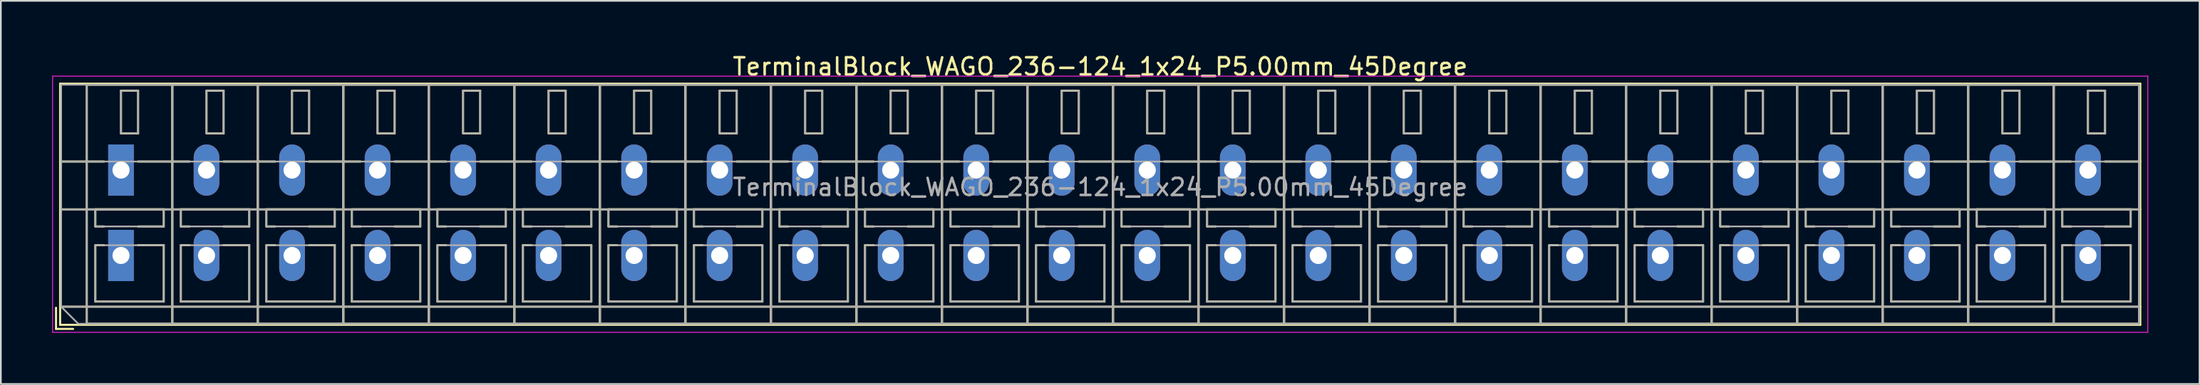
<source format=kicad_pcb>
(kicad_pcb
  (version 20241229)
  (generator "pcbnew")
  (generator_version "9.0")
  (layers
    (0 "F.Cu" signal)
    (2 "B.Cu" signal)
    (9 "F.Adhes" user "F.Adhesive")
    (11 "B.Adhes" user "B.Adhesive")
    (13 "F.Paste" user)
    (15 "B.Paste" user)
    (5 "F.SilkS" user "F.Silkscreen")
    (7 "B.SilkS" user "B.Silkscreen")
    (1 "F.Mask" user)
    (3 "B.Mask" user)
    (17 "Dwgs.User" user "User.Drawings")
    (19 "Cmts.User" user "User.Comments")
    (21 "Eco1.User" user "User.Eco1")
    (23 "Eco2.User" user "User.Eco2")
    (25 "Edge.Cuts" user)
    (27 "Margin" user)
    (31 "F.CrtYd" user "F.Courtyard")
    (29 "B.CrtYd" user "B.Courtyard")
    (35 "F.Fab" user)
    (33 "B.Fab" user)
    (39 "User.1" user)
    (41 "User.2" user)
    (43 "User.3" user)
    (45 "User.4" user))
  (footprint "TerminalBlock_WAGO_236-124_1x24_P5.00mm_45Degree"
    (layer "F.Cu")
    (at 4.025 11.908)
    (property "Reference" "TerminalBlock_WAGO_236-124_1x24_P5.00mm_45Degree" (at 57.25 -11.06 0) (layer "F.SilkS") (effects (font (size 1 1) (thickness 0.15))))
    (attr through_hole)
    (fp_line (start -3.8 3.06) (end -3.8 4.3) (stroke (width 0.12) (type solid)) (layer "F.SilkS"))
    (fp_line (start -3.8 4.3) (end -2.8 4.3) (stroke (width 0.12) (type solid)) (layer "F.SilkS"))
    (fp_line (start -3.56 -10.06) (end -3.56 4.06) (stroke (width 0.12) (type solid)) (layer "F.SilkS"))
    (fp_line (start -3.56 -10.06) (end 118.06 -10.06) (stroke (width 0.12) (type solid)) (layer "F.SilkS"))
    (fp_line (start -3.56 -5.5) (end -0.99 -5.5) (stroke (width 0.12) (type solid)) (layer "F.SilkS"))
    (fp_line (start -3.56 -2.7) (end 118.06 -2.7) (stroke (width 0.12) (type solid)) (layer "F.SilkS"))
    (fp_line (start -3.56 3) (end 118.06 3) (stroke (width 0.12) (type solid)) (layer "F.SilkS"))
    (fp_line (start -3.56 4.06) (end 118.06 4.06) (stroke (width 0.12) (type solid)) (layer "F.SilkS"))
    (fp_line (start -2 -10) (end -2 4) (stroke (width 0.12) (type solid)) (layer "F.SilkS"))
    (fp_line (start -2 -10) (end 3 -10) (stroke (width 0.12) (type solid)) (layer "F.SilkS"))
    (fp_line (start -2 4) (end 3 4) (stroke (width 0.12) (type solid)) (layer "F.SilkS"))
    (fp_line (start -1.5 -2.7) (end -1.5 -1.701) (stroke (width 0.12) (type solid)) (layer "F.SilkS"))
    (fp_line (start -1.5 -2.7) (end 2.5 -2.7) (stroke (width 0.12) (type solid)) (layer "F.SilkS"))
    (fp_line (start -1.5 -1.701) (end -0.99 -1.701) (stroke (width 0.12) (type solid)) (layer "F.SilkS"))
    (fp_line (start -1.5 -0.6) (end -1.5 2.7) (stroke (width 0.12) (type solid)) (layer "F.SilkS"))
    (fp_line (start -1.5 -0.6) (end -0.99 -0.6) (stroke (width 0.12) (type solid)) (layer "F.SilkS"))
    (fp_line (start -1.5 2.7) (end 2.5 2.7) (stroke (width 0.12) (type solid)) (layer "F.SilkS"))
    (fp_line (start 0 -9.65) (end 0 -7.15) (stroke (width 0.12) (type solid)) (layer "F.SilkS"))
    (fp_line (start 0 -9.65) (end 1 -9.65) (stroke (width 0.12) (type solid)) (layer "F.SilkS"))
    (fp_line (start 0 -7.15) (end 1 -7.15) (stroke (width 0.12) (type solid)) (layer "F.SilkS"))
    (fp_line (start 0.99 -5.5) (end 4.01 -5.5) (stroke (width 0.12) (type solid)) (layer "F.SilkS"))
    (fp_line (start 0.99 -1.701) (end 2.5 -1.701) (stroke (width 0.12) (type solid)) (layer "F.SilkS"))
    (fp_line (start 0.99 -0.6) (end 2.5 -0.6) (stroke (width 0.12) (type solid)) (layer "F.SilkS"))
    (fp_line (start 1 -9.65) (end 1 -7.15) (stroke (width 0.12) (type solid)) (layer "F.SilkS"))
    (fp_line (start 2.5 -2.7) (end 2.5 -1.701) (stroke (width 0.12) (type solid)) (layer "F.SilkS"))
    (fp_line (start 2.5 -0.6) (end 2.5 2.7) (stroke (width 0.12) (type solid)) (layer "F.SilkS"))
    (fp_line (start 3 -10) (end 3 4) (stroke (width 0.12) (type solid)) (layer "F.SilkS"))
    (fp_line (start 3 -10) (end 3 4) (stroke (width 0.12) (type solid)) (layer "F.SilkS"))
    (fp_line (start 3 -10) (end 8 -10) (stroke (width 0.12) (type solid)) (layer "F.SilkS"))
    (fp_line (start 3 4) (end 8 4) (stroke (width 0.12) (type solid)) (layer "F.SilkS"))
    (fp_line (start 3.5 -2.7) (end 3.5 -1.701) (stroke (width 0.12) (type solid)) (layer "F.SilkS"))
    (fp_line (start 3.5 -2.7) (end 7.5 -2.7) (stroke (width 0.12) (type solid)) (layer "F.SilkS"))
    (fp_line (start 3.5 -1.701) (end 4.01 -1.701) (stroke (width 0.12) (type solid)) (layer "F.SilkS"))
    (fp_line (start 3.5 -0.6) (end 3.5 2.7) (stroke (width 0.12) (type solid)) (layer "F.SilkS"))
    (fp_line (start 3.5 -0.6) (end 4.01 -0.6) (stroke (width 0.12) (type solid)) (layer "F.SilkS"))
    (fp_line (start 3.5 2.7) (end 7.5 2.7) (stroke (width 0.12) (type solid)) (layer "F.SilkS"))
    (fp_line (start 5 -9.65) (end 5 -7.15) (stroke (width 0.12) (type solid)) (layer "F.SilkS"))
    (fp_line (start 5 -9.65) (end 6 -9.65) (stroke (width 0.12) (type solid)) (layer "F.SilkS"))
    (fp_line (start 5 -7.15) (end 6 -7.15) (stroke (width 0.12) (type solid)) (layer "F.SilkS"))
    (fp_line (start 5.99 -5.5) (end 9.01 -5.5) (stroke (width 0.12) (type solid)) (layer "F.SilkS"))
    (fp_line (start 5.99 -1.701) (end 7.5 -1.701) (stroke (width 0.12) (type solid)) (layer "F.SilkS"))
    (fp_line (start 5.99 -0.6) (end 7.5 -0.6) (stroke (width 0.12) (type solid)) (layer "F.SilkS"))
    (fp_line (start 6 -9.65) (end 6 -7.15) (stroke (width 0.12) (type solid)) (layer "F.SilkS"))
    (fp_line (start 7.5 -2.7) (end 7.5 -1.701) (stroke (width 0.12) (type solid)) (layer "F.SilkS"))
    (fp_line (start 7.5 -0.6) (end 7.5 2.7) (stroke (width 0.12) (type solid)) (layer "F.SilkS"))
    (fp_line (start 8 -10) (end 8 4) (stroke (width 0.12) (type solid)) (layer "F.SilkS"))
    (fp_line (start 8 -10) (end 8 4) (stroke (width 0.12) (type solid)) (layer "F.SilkS"))
    (fp_line (start 8 -10) (end 13 -10) (stroke (width 0.12) (type solid)) (layer "F.SilkS"))
    (fp_line (start 8 4) (end 13 4) (stroke (width 0.12) (type solid)) (layer "F.SilkS"))
    (fp_line (start 8.5 -2.7) (end 8.5 -1.701) (stroke (width 0.12) (type solid)) (layer "F.SilkS"))
    (fp_line (start 8.5 -2.7) (end 12.5 -2.7) (stroke (width 0.12) (type solid)) (layer "F.SilkS"))
    (fp_line (start 8.5 -1.701) (end 9.01 -1.701) (stroke (width 0.12) (type solid)) (layer "F.SilkS"))
    (fp_line (start 8.5 -0.6) (end 8.5 2.7) (stroke (width 0.12) (type solid)) (layer "F.SilkS"))
    (fp_line (start 8.5 -0.6) (end 9.01 -0.6) (stroke (width 0.12) (type solid)) (layer "F.SilkS"))
    (fp_line (start 8.5 2.7) (end 12.5 2.7) (stroke (width 0.12) (type solid)) (layer "F.SilkS"))
    (fp_line (start 10 -9.65) (end 10 -7.15) (stroke (width 0.12) (type solid)) (layer "F.SilkS"))
    (fp_line (start 10 -9.65) (end 11 -9.65) (stroke (width 0.12) (type solid)) (layer "F.SilkS"))
    (fp_line (start 10 -7.15) (end 11 -7.15) (stroke (width 0.12) (type solid)) (layer "F.SilkS"))
    (fp_line (start 10.99 -5.5) (end 14.01 -5.5) (stroke (width 0.12) (type solid)) (layer "F.SilkS"))
    (fp_line (start 10.99 -1.701) (end 12.5 -1.701) (stroke (width 0.12) (type solid)) (layer "F.SilkS"))
    (fp_line (start 10.99 -0.6) (end 12.5 -0.6) (stroke (width 0.12) (type solid)) (layer "F.SilkS"))
    (fp_line (start 11 -9.65) (end 11 -7.15) (stroke (width 0.12) (type solid)) (layer "F.SilkS"))
    (fp_line (start 12.5 -2.7) (end 12.5 -1.701) (stroke (width 0.12) (type solid)) (layer "F.SilkS"))
    (fp_line (start 12.5 -0.6) (end 12.5 2.7) (stroke (width 0.12) (type solid)) (layer "F.SilkS"))
    (fp_line (start 13 -10) (end 13 4) (stroke (width 0.12) (type solid)) (layer "F.SilkS"))
    (fp_line (start 13 -10) (end 13 4) (stroke (width 0.12) (type solid)) (layer "F.SilkS"))
    (fp_line (start 13 -10) (end 18 -10) (stroke (width 0.12) (type solid)) (layer "F.SilkS"))
    (fp_line (start 13 4) (end 18 4) (stroke (width 0.12) (type solid)) (layer "F.SilkS"))
    (fp_line (start 13.5 -2.7) (end 13.5 -1.701) (stroke (width 0.12) (type solid)) (layer "F.SilkS"))
    (fp_line (start 13.5 -2.7) (end 17.5 -2.7) (stroke (width 0.12) (type solid)) (layer "F.SilkS"))
    (fp_line (start 13.5 -1.701) (end 14.01 -1.701) (stroke (width 0.12) (type solid)) (layer "F.SilkS"))
    (fp_line (start 13.5 -0.6) (end 13.5 2.7) (stroke (width 0.12) (type solid)) (layer "F.SilkS"))
    (fp_line (start 13.5 -0.6) (end 14.01 -0.6) (stroke (width 0.12) (type solid)) (layer "F.SilkS"))
    (fp_line (start 13.5 2.7) (end 17.5 2.7) (stroke (width 0.12) (type solid)) (layer "F.SilkS"))
    (fp_line (start 15 -9.65) (end 15 -7.15) (stroke (width 0.12) (type solid)) (layer "F.SilkS"))
    (fp_line (start 15 -9.65) (end 16 -9.65) (stroke (width 0.12) (type solid)) (layer "F.SilkS"))
    (fp_line (start 15 -7.15) (end 16 -7.15) (stroke (width 0.12) (type solid)) (layer "F.SilkS"))
    (fp_line (start 15.99 -5.5) (end 19.01 -5.5) (stroke (width 0.12) (type solid)) (layer "F.SilkS"))
    (fp_line (start 15.99 -1.701) (end 17.5 -1.701) (stroke (width 0.12) (type solid)) (layer "F.SilkS"))
    (fp_line (start 15.99 -0.6) (end 17.5 -0.6) (stroke (width 0.12) (type solid)) (layer "F.SilkS"))
    (fp_line (start 16 -9.65) (end 16 -7.15) (stroke (width 0.12) (type solid)) (layer "F.SilkS"))
    (fp_line (start 17.5 -2.7) (end 17.5 -1.701) (stroke (width 0.12) (type solid)) (layer "F.SilkS"))
    (fp_line (start 17.5 -0.6) (end 17.5 2.7) (stroke (width 0.12) (type solid)) (layer "F.SilkS"))
    (fp_line (start 18 -10) (end 18 4) (stroke (width 0.12) (type solid)) (layer "F.SilkS"))
    (fp_line (start 18 -10) (end 18 4) (stroke (width 0.12) (type solid)) (layer "F.SilkS"))
    (fp_line (start 18 -10) (end 23 -10) (stroke (width 0.12) (type solid)) (layer "F.SilkS"))
    (fp_line (start 18 4) (end 23 4) (stroke (width 0.12) (type solid)) (layer "F.SilkS"))
    (fp_line (start 18.5 -2.7) (end 18.5 -1.701) (stroke (width 0.12) (type solid)) (layer "F.SilkS"))
    (fp_line (start 18.5 -2.7) (end 22.5 -2.7) (stroke (width 0.12) (type solid)) (layer "F.SilkS"))
    (fp_line (start 18.5 -1.701) (end 19.01 -1.701) (stroke (width 0.12) (type solid)) (layer "F.SilkS"))
    (fp_line (start 18.5 -0.6) (end 18.5 2.7) (stroke (width 0.12) (type solid)) (layer "F.SilkS"))
    (fp_line (start 18.5 -0.6) (end 19.01 -0.6) (stroke (width 0.12) (type solid)) (layer "F.SilkS"))
    (fp_line (start 18.5 2.7) (end 22.5 2.7) (stroke (width 0.12) (type solid)) (layer "F.SilkS"))
    (fp_line (start 20 -9.65) (end 20 -7.15) (stroke (width 0.12) (type solid)) (layer "F.SilkS"))
    (fp_line (start 20 -9.65) (end 21 -9.65) (stroke (width 0.12) (type solid)) (layer "F.SilkS"))
    (fp_line (start 20 -7.15) (end 21 -7.15) (stroke (width 0.12) (type solid)) (layer "F.SilkS"))
    (fp_line (start 20.99 -5.5) (end 24.01 -5.5) (stroke (width 0.12) (type solid)) (layer "F.SilkS"))
    (fp_line (start 20.99 -1.701) (end 22.5 -1.701) (stroke (width 0.12) (type solid)) (layer "F.SilkS"))
    (fp_line (start 20.99 -0.6) (end 22.5 -0.6) (stroke (width 0.12) (type solid)) (layer "F.SilkS"))
    (fp_line (start 21 -9.65) (end 21 -7.15) (stroke (width 0.12) (type solid)) (layer "F.SilkS"))
    (fp_line (start 22.5 -2.7) (end 22.5 -1.701) (stroke (width 0.12) (type solid)) (layer "F.SilkS"))
    (fp_line (start 22.5 -0.6) (end 22.5 2.7) (stroke (width 0.12) (type solid)) (layer "F.SilkS"))
    (fp_line (start 23 -10) (end 23 4) (stroke (width 0.12) (type solid)) (layer "F.SilkS"))
    (fp_line (start 23 -10) (end 23 4) (stroke (width 0.12) (type solid)) (layer "F.SilkS"))
    (fp_line (start 23 -10) (end 28 -10) (stroke (width 0.12) (type solid)) (layer "F.SilkS"))
    (fp_line (start 23 4) (end 28 4) (stroke (width 0.12) (type solid)) (layer "F.SilkS"))
    (fp_line (start 23.5 -2.7) (end 23.5 -1.701) (stroke (width 0.12) (type solid)) (layer "F.SilkS"))
    (fp_line (start 23.5 -2.7) (end 27.5 -2.7) (stroke (width 0.12) (type solid)) (layer "F.SilkS"))
    (fp_line (start 23.5 -1.701) (end 24.01 -1.701) (stroke (width 0.12) (type solid)) (layer "F.SilkS"))
    (fp_line (start 23.5 -0.6) (end 23.5 2.7) (stroke (width 0.12) (type solid)) (layer "F.SilkS"))
    (fp_line (start 23.5 -0.6) (end 24.01 -0.6) (stroke (width 0.12) (type solid)) (layer "F.SilkS"))
    (fp_line (start 23.5 2.7) (end 27.5 2.7) (stroke (width 0.12) (type solid)) (layer "F.SilkS"))
    (fp_line (start 25 -9.65) (end 25 -7.15) (stroke (width 0.12) (type solid)) (layer "F.SilkS"))
    (fp_line (start 25 -9.65) (end 26 -9.65) (stroke (width 0.12) (type solid)) (layer "F.SilkS"))
    (fp_line (start 25 -7.15) (end 26 -7.15) (stroke (width 0.12) (type solid)) (layer "F.SilkS"))
    (fp_line (start 25.99 -5.5) (end 29.01 -5.5) (stroke (width 0.12) (type solid)) (layer "F.SilkS"))
    (fp_line (start 25.99 -1.701) (end 27.5 -1.701) (stroke (width 0.12) (type solid)) (layer "F.SilkS"))
    (fp_line (start 25.99 -0.6) (end 27.5 -0.6) (stroke (width 0.12) (type solid)) (layer "F.SilkS"))
    (fp_line (start 26 -9.65) (end 26 -7.15) (stroke (width 0.12) (type solid)) (layer "F.SilkS"))
    (fp_line (start 27.5 -2.7) (end 27.5 -1.701) (stroke (width 0.12) (type solid)) (layer "F.SilkS"))
    (fp_line (start 27.5 -0.6) (end 27.5 2.7) (stroke (width 0.12) (type solid)) (layer "F.SilkS"))
    (fp_line (start 28 -10) (end 28 4) (stroke (width 0.12) (type solid)) (layer "F.SilkS"))
    (fp_line (start 28 -10) (end 28 4) (stroke (width 0.12) (type solid)) (layer "F.SilkS"))
    (fp_line (start 28 -10) (end 33 -10) (stroke (width 0.12) (type solid)) (layer "F.SilkS"))
    (fp_line (start 28 4) (end 33 4) (stroke (width 0.12) (type solid)) (layer "F.SilkS"))
    (fp_line (start 28.5 -2.7) (end 28.5 -1.701) (stroke (width 0.12) (type solid)) (layer "F.SilkS"))
    (fp_line (start 28.5 -2.7) (end 32.5 -2.7) (stroke (width 0.12) (type solid)) (layer "F.SilkS"))
    (fp_line (start 28.5 -1.701) (end 29.01 -1.701) (stroke (width 0.12) (type solid)) (layer "F.SilkS"))
    (fp_line (start 28.5 -0.6) (end 28.5 2.7) (stroke (width 0.12) (type solid)) (layer "F.SilkS"))
    (fp_line (start 28.5 -0.6) (end 29.01 -0.6) (stroke (width 0.12) (type solid)) (layer "F.SilkS"))
    (fp_line (start 28.5 2.7) (end 32.5 2.7) (stroke (width 0.12) (type solid)) (layer "F.SilkS"))
    (fp_line (start 30 -9.65) (end 30 -7.15) (stroke (width 0.12) (type solid)) (layer "F.SilkS"))
    (fp_line (start 30 -9.65) (end 31 -9.65) (stroke (width 0.12) (type solid)) (layer "F.SilkS"))
    (fp_line (start 30 -7.15) (end 31 -7.15) (stroke (width 0.12) (type solid)) (layer "F.SilkS"))
    (fp_line (start 30.99 -5.5) (end 34.01 -5.5) (stroke (width 0.12) (type solid)) (layer "F.SilkS"))
    (fp_line (start 30.99 -1.701) (end 32.5 -1.701) (stroke (width 0.12) (type solid)) (layer "F.SilkS"))
    (fp_line (start 30.99 -0.6) (end 32.5 -0.6) (stroke (width 0.12) (type solid)) (layer "F.SilkS"))
    (fp_line (start 31 -9.65) (end 31 -7.15) (stroke (width 0.12) (type solid)) (layer "F.SilkS"))
    (fp_line (start 32.5 -2.7) (end 32.5 -1.701) (stroke (width 0.12) (type solid)) (layer "F.SilkS"))
    (fp_line (start 32.5 -0.6) (end 32.5 2.7) (stroke (width 0.12) (type solid)) (layer "F.SilkS"))
    (fp_line (start 33 -10) (end 33 4) (stroke (width 0.12) (type solid)) (layer "F.SilkS"))
    (fp_line (start 33 -10) (end 33 4) (stroke (width 0.12) (type solid)) (layer "F.SilkS"))
    (fp_line (start 33 -10) (end 38 -10) (stroke (width 0.12) (type solid)) (layer "F.SilkS"))
    (fp_line (start 33 4) (end 38 4) (stroke (width 0.12) (type solid)) (layer "F.SilkS"))
    (fp_line (start 33.5 -2.7) (end 33.5 -1.701) (stroke (width 0.12) (type solid)) (layer "F.SilkS"))
    (fp_line (start 33.5 -2.7) (end 37.5 -2.7) (stroke (width 0.12) (type solid)) (layer "F.SilkS"))
    (fp_line (start 33.5 -1.701) (end 34.01 -1.701) (stroke (width 0.12) (type solid)) (layer "F.SilkS"))
    (fp_line (start 33.5 -0.6) (end 33.5 2.7) (stroke (width 0.12) (type solid)) (layer "F.SilkS"))
    (fp_line (start 33.5 -0.6) (end 34.01 -0.6) (stroke (width 0.12) (type solid)) (layer "F.SilkS"))
    (fp_line (start 33.5 2.7) (end 37.5 2.7) (stroke (width 0.12) (type solid)) (layer "F.SilkS"))
    (fp_line (start 35 -9.65) (end 35 -7.15) (stroke (width 0.12) (type solid)) (layer "F.SilkS"))
    (fp_line (start 35 -9.65) (end 36 -9.65) (stroke (width 0.12) (type solid)) (layer "F.SilkS"))
    (fp_line (start 35 -7.15) (end 36 -7.15) (stroke (width 0.12) (type solid)) (layer "F.SilkS"))
    (fp_line (start 35.99 -5.5) (end 39.01 -5.5) (stroke (width 0.12) (type solid)) (layer "F.SilkS"))
    (fp_line (start 35.99 -1.701) (end 37.5 -1.701) (stroke (width 0.12) (type solid)) (layer "F.SilkS"))
    (fp_line (start 35.99 -0.6) (end 37.5 -0.6) (stroke (width 0.12) (type solid)) (layer "F.SilkS"))
    (fp_line (start 36 -9.65) (end 36 -7.15) (stroke (width 0.12) (type solid)) (layer "F.SilkS"))
    (fp_line (start 37.5 -2.7) (end 37.5 -1.701) (stroke (width 0.12) (type solid)) (layer "F.SilkS"))
    (fp_line (start 37.5 -0.6) (end 37.5 2.7) (stroke (width 0.12) (type solid)) (layer "F.SilkS"))
    (fp_line (start 38 -10) (end 38 4) (stroke (width 0.12) (type solid)) (layer "F.SilkS"))
    (fp_line (start 38 -10) (end 38 4) (stroke (width 0.12) (type solid)) (layer "F.SilkS"))
    (fp_line (start 38 -10) (end 43 -10) (stroke (width 0.12) (type solid)) (layer "F.SilkS"))
    (fp_line (start 38 4) (end 43 4) (stroke (width 0.12) (type solid)) (layer "F.SilkS"))
    (fp_line (start 38.5 -2.7) (end 38.5 -1.701) (stroke (width 0.12) (type solid)) (layer "F.SilkS"))
    (fp_line (start 38.5 -2.7) (end 42.5 -2.7) (stroke (width 0.12) (type solid)) (layer "F.SilkS"))
    (fp_line (start 38.5 -1.701) (end 39.01 -1.701) (stroke (width 0.12) (type solid)) (layer "F.SilkS"))
    (fp_line (start 38.5 -0.6) (end 38.5 2.7) (stroke (width 0.12) (type solid)) (layer "F.SilkS"))
    (fp_line (start 38.5 -0.6) (end 39.01 -0.6) (stroke (width 0.12) (type solid)) (layer "F.SilkS"))
    (fp_line (start 38.5 2.7) (end 42.5 2.7) (stroke (width 0.12) (type solid)) (layer "F.SilkS"))
    (fp_line (start 40 -9.65) (end 40 -7.15) (stroke (width 0.12) (type solid)) (layer "F.SilkS"))
    (fp_line (start 40 -9.65) (end 41 -9.65) (stroke (width 0.12) (type solid)) (layer "F.SilkS"))
    (fp_line (start 40 -7.15) (end 41 -7.15) (stroke (width 0.12) (type solid)) (layer "F.SilkS"))
    (fp_line (start 40.99 -5.5) (end 44.01 -5.5) (stroke (width 0.12) (type solid)) (layer "F.SilkS"))
    (fp_line (start 40.99 -1.701) (end 42.5 -1.701) (stroke (width 0.12) (type solid)) (layer "F.SilkS"))
    (fp_line (start 40.99 -0.6) (end 42.5 -0.6) (stroke (width 0.12) (type solid)) (layer "F.SilkS"))
    (fp_line (start 41 -9.65) (end 41 -7.15) (stroke (width 0.12) (type solid)) (layer "F.SilkS"))
    (fp_line (start 42.5 -2.7) (end 42.5 -1.701) (stroke (width 0.12) (type solid)) (layer "F.SilkS"))
    (fp_line (start 42.5 -0.6) (end 42.5 2.7) (stroke (width 0.12) (type solid)) (layer "F.SilkS"))
    (fp_line (start 43 -10) (end 43 4) (stroke (width 0.12) (type solid)) (layer "F.SilkS"))
    (fp_line (start 43 -10) (end 43 4) (stroke (width 0.12) (type solid)) (layer "F.SilkS"))
    (fp_line (start 43 -10) (end 48 -10) (stroke (width 0.12) (type solid)) (layer "F.SilkS"))
    (fp_line (start 43 4) (end 48 4) (stroke (width 0.12) (type solid)) (layer "F.SilkS"))
    (fp_line (start 43.5 -2.7) (end 43.5 -1.701) (stroke (width 0.12) (type solid)) (layer "F.SilkS"))
    (fp_line (start 43.5 -2.7) (end 47.5 -2.7) (stroke (width 0.12) (type solid)) (layer "F.SilkS"))
    (fp_line (start 43.5 -1.701) (end 44.01 -1.701) (stroke (width 0.12) (type solid)) (layer "F.SilkS"))
    (fp_line (start 43.5 -0.6) (end 43.5 2.7) (stroke (width 0.12) (type solid)) (layer "F.SilkS"))
    (fp_line (start 43.5 -0.6) (end 44.01 -0.6) (stroke (width 0.12) (type solid)) (layer "F.SilkS"))
    (fp_line (start 43.5 2.7) (end 47.5 2.7) (stroke (width 0.12) (type solid)) (layer "F.SilkS"))
    (fp_line (start 45 -9.65) (end 45 -7.15) (stroke (width 0.12) (type solid)) (layer "F.SilkS"))
    (fp_line (start 45 -9.65) (end 46 -9.65) (stroke (width 0.12) (type solid)) (layer "F.SilkS"))
    (fp_line (start 45 -7.15) (end 46 -7.15) (stroke (width 0.12) (type solid)) (layer "F.SilkS"))
    (fp_line (start 45.99 -5.5) (end 49.01 -5.5) (stroke (width 0.12) (type solid)) (layer "F.SilkS"))
    (fp_line (start 45.99 -1.701) (end 47.5 -1.701) (stroke (width 0.12) (type solid)) (layer "F.SilkS"))
    (fp_line (start 45.99 -0.6) (end 47.5 -0.6) (stroke (width 0.12) (type solid)) (layer "F.SilkS"))
    (fp_line (start 46 -9.65) (end 46 -7.15) (stroke (width 0.12) (type solid)) (layer "F.SilkS"))
    (fp_line (start 47.5 -2.7) (end 47.5 -1.701) (stroke (width 0.12) (type solid)) (layer "F.SilkS"))
    (fp_line (start 47.5 -0.6) (end 47.5 2.7) (stroke (width 0.12) (type solid)) (layer "F.SilkS"))
    (fp_line (start 48 -10) (end 48 4) (stroke (width 0.12) (type solid)) (layer "F.SilkS"))
    (fp_line (start 48 -10) (end 48 4) (stroke (width 0.12) (type solid)) (layer "F.SilkS"))
    (fp_line (start 48 -10) (end 53 -10) (stroke (width 0.12) (type solid)) (layer "F.SilkS"))
    (fp_line (start 48 4) (end 53 4) (stroke (width 0.12) (type solid)) (layer "F.SilkS"))
    (fp_line (start 48.5 -2.7) (end 48.5 -1.701) (stroke (width 0.12) (type solid)) (layer "F.SilkS"))
    (fp_line (start 48.5 -2.7) (end 52.5 -2.7) (stroke (width 0.12) (type solid)) (layer "F.SilkS"))
    (fp_line (start 48.5 -1.701) (end 49.01 -1.701) (stroke (width 0.12) (type solid)) (layer "F.SilkS"))
    (fp_line (start 48.5 -0.6) (end 48.5 2.7) (stroke (width 0.12) (type solid)) (layer "F.SilkS"))
    (fp_line (start 48.5 -0.6) (end 49.01 -0.6) (stroke (width 0.12) (type solid)) (layer "F.SilkS"))
    (fp_line (start 48.5 2.7) (end 52.5 2.7) (stroke (width 0.12) (type solid)) (layer "F.SilkS"))
    (fp_line (start 50 -9.65) (end 50 -7.15) (stroke (width 0.12) (type solid)) (layer "F.SilkS"))
    (fp_line (start 50 -9.65) (end 51 -9.65) (stroke (width 0.12) (type solid)) (layer "F.SilkS"))
    (fp_line (start 50 -7.15) (end 51 -7.15) (stroke (width 0.12) (type solid)) (layer "F.SilkS"))
    (fp_line (start 50.99 -5.5) (end 54.01 -5.5) (stroke (width 0.12) (type solid)) (layer "F.SilkS"))
    (fp_line (start 50.99 -1.701) (end 52.5 -1.701) (stroke (width 0.12) (type solid)) (layer "F.SilkS"))
    (fp_line (start 50.99 -0.6) (end 52.5 -0.6) (stroke (width 0.12) (type solid)) (layer "F.SilkS"))
    (fp_line (start 51 -9.65) (end 51 -7.15) (stroke (width 0.12) (type solid)) (layer "F.SilkS"))
    (fp_line (start 52.5 -2.7) (end 52.5 -1.701) (stroke (width 0.12) (type solid)) (layer "F.SilkS"))
    (fp_line (start 52.5 -0.6) (end 52.5 2.7) (stroke (width 0.12) (type solid)) (layer "F.SilkS"))
    (fp_line (start 53 -10) (end 53 4) (stroke (width 0.12) (type solid)) (layer "F.SilkS"))
    (fp_line (start 53 -10) (end 53 4) (stroke (width 0.12) (type solid)) (layer "F.SilkS"))
    (fp_line (start 53 -10) (end 58 -10) (stroke (width 0.12) (type solid)) (layer "F.SilkS"))
    (fp_line (start 53 4) (end 58 4) (stroke (width 0.12) (type solid)) (layer "F.SilkS"))
    (fp_line (start 53.5 -2.7) (end 53.5 -1.701) (stroke (width 0.12) (type solid)) (layer "F.SilkS"))
    (fp_line (start 53.5 -2.7) (end 57.5 -2.7) (stroke (width 0.12) (type solid)) (layer "F.SilkS"))
    (fp_line (start 53.5 -1.701) (end 54.01 -1.701) (stroke (width 0.12) (type solid)) (layer "F.SilkS"))
    (fp_line (start 53.5 -0.6) (end 53.5 2.7) (stroke (width 0.12) (type solid)) (layer "F.SilkS"))
    (fp_line (start 53.5 -0.6) (end 54.01 -0.6) (stroke (width 0.12) (type solid)) (layer "F.SilkS"))
    (fp_line (start 53.5 2.7) (end 57.5 2.7) (stroke (width 0.12) (type solid)) (layer "F.SilkS"))
    (fp_line (start 55 -9.65) (end 55 -7.15) (stroke (width 0.12) (type solid)) (layer "F.SilkS"))
    (fp_line (start 55 -9.65) (end 56 -9.65) (stroke (width 0.12) (type solid)) (layer "F.SilkS"))
    (fp_line (start 55 -7.15) (end 56 -7.15) (stroke (width 0.12) (type solid)) (layer "F.SilkS"))
    (fp_line (start 55.99 -5.5) (end 59.01 -5.5) (stroke (width 0.12) (type solid)) (layer "F.SilkS"))
    (fp_line (start 55.99 -1.701) (end 57.5 -1.701) (stroke (width 0.12) (type solid)) (layer "F.SilkS"))
    (fp_line (start 55.99 -0.6) (end 57.5 -0.6) (stroke (width 0.12) (type solid)) (layer "F.SilkS"))
    (fp_line (start 56 -9.65) (end 56 -7.15) (stroke (width 0.12) (type solid)) (layer "F.SilkS"))
    (fp_line (start 57.5 -2.7) (end 57.5 -1.701) (stroke (width 0.12) (type solid)) (layer "F.SilkS"))
    (fp_line (start 57.5 -0.6) (end 57.5 2.7) (stroke (width 0.12) (type solid)) (layer "F.SilkS"))
    (fp_line (start 58 -10) (end 58 4) (stroke (width 0.12) (type solid)) (layer "F.SilkS"))
    (fp_line (start 58 -10) (end 58 4) (stroke (width 0.12) (type solid)) (layer "F.SilkS"))
    (fp_line (start 58 -10) (end 63 -10) (stroke (width 0.12) (type solid)) (layer "F.SilkS"))
    (fp_line (start 58 4) (end 63 4) (stroke (width 0.12) (type solid)) (layer "F.SilkS"))
    (fp_line (start 58.5 -2.7) (end 58.5 -1.701) (stroke (width 0.12) (type solid)) (layer "F.SilkS"))
    (fp_line (start 58.5 -2.7) (end 62.5 -2.7) (stroke (width 0.12) (type solid)) (layer "F.SilkS"))
    (fp_line (start 58.5 -1.701) (end 59.01 -1.701) (stroke (width 0.12) (type solid)) (layer "F.SilkS"))
    (fp_line (start 58.5 -0.6) (end 58.5 2.7) (stroke (width 0.12) (type solid)) (layer "F.SilkS"))
    (fp_line (start 58.5 -0.6) (end 59.01 -0.6) (stroke (width 0.12) (type solid)) (layer "F.SilkS"))
    (fp_line (start 58.5 2.7) (end 62.5 2.7) (stroke (width 0.12) (type solid)) (layer "F.SilkS"))
    (fp_line (start 60 -9.65) (end 60 -7.15) (stroke (width 0.12) (type solid)) (layer "F.SilkS"))
    (fp_line (start 60 -9.65) (end 61 -9.65) (stroke (width 0.12) (type solid)) (layer "F.SilkS"))
    (fp_line (start 60 -7.15) (end 61 -7.15) (stroke (width 0.12) (type solid)) (layer "F.SilkS"))
    (fp_line (start 60.99 -5.5) (end 64.011 -5.5) (stroke (width 0.12) (type solid)) (layer "F.SilkS"))
    (fp_line (start 60.99 -1.701) (end 62.5 -1.701) (stroke (width 0.12) (type solid)) (layer "F.SilkS"))
    (fp_line (start 60.99 -0.6) (end 62.5 -0.6) (stroke (width 0.12) (type solid)) (layer "F.SilkS"))
    (fp_line (start 61 -9.65) (end 61 -7.15) (stroke (width 0.12) (type solid)) (layer "F.SilkS"))
    (fp_line (start 62.5 -2.7) (end 62.5 -1.701) (stroke (width 0.12) (type solid)) (layer "F.SilkS"))
    (fp_line (start 62.5 -0.6) (end 62.5 2.7) (stroke (width 0.12) (type solid)) (layer "F.SilkS"))
    (fp_line (start 63 -10) (end 63 4) (stroke (width 0.12) (type solid)) (layer "F.SilkS"))
    (fp_line (start 63 -10) (end 63 4) (stroke (width 0.12) (type solid)) (layer "F.SilkS"))
    (fp_line (start 63 -10) (end 68 -10) (stroke (width 0.12) (type solid)) (layer "F.SilkS"))
    (fp_line (start 63 4) (end 68 4) (stroke (width 0.12) (type solid)) (layer "F.SilkS"))
    (fp_line (start 63.5 -2.7) (end 63.5 -1.701) (stroke (width 0.12) (type solid)) (layer "F.SilkS"))
    (fp_line (start 63.5 -2.7) (end 67.5 -2.7) (stroke (width 0.12) (type solid)) (layer "F.SilkS"))
    (fp_line (start 63.5 -1.701) (end 64.011 -1.701) (stroke (width 0.12) (type solid)) (layer "F.SilkS"))
    (fp_line (start 63.5 -0.6) (end 63.5 2.7) (stroke (width 0.12) (type solid)) (layer "F.SilkS"))
    (fp_line (start 63.5 -0.6) (end 64.011 -0.6) (stroke (width 0.12) (type solid)) (layer "F.SilkS"))
    (fp_line (start 63.5 2.7) (end 67.5 2.7) (stroke (width 0.12) (type solid)) (layer "F.SilkS"))
    (fp_line (start 65 -9.65) (end 65 -7.15) (stroke (width 0.12) (type solid)) (layer "F.SilkS"))
    (fp_line (start 65 -9.65) (end 66 -9.65) (stroke (width 0.12) (type solid)) (layer "F.SilkS"))
    (fp_line (start 65 -7.15) (end 66 -7.15) (stroke (width 0.12) (type solid)) (layer "F.SilkS"))
    (fp_line (start 65.99 -5.5) (end 69.01 -5.5) (stroke (width 0.12) (type solid)) (layer "F.SilkS"))
    (fp_line (start 65.99 -1.701) (end 67.5 -1.701) (stroke (width 0.12) (type solid)) (layer "F.SilkS"))
    (fp_line (start 65.99 -0.6) (end 67.5 -0.6) (stroke (width 0.12) (type solid)) (layer "F.SilkS"))
    (fp_line (start 66 -9.65) (end 66 -7.15) (stroke (width 0.12) (type solid)) (layer "F.SilkS"))
    (fp_line (start 67.5 -2.7) (end 67.5 -1.701) (stroke (width 0.12) (type solid)) (layer "F.SilkS"))
    (fp_line (start 67.5 -0.6) (end 67.5 2.7) (stroke (width 0.12) (type solid)) (layer "F.SilkS"))
    (fp_line (start 68 -10) (end 68 4) (stroke (width 0.12) (type solid)) (layer "F.SilkS"))
    (fp_line (start 68 -10) (end 68 4) (stroke (width 0.12) (type solid)) (layer "F.SilkS"))
    (fp_line (start 68 -10) (end 73 -10) (stroke (width 0.12) (type solid)) (layer "F.SilkS"))
    (fp_line (start 68 4) (end 73 4) (stroke (width 0.12) (type solid)) (layer "F.SilkS"))
    (fp_line (start 68.5 -2.7) (end 68.5 -1.701) (stroke (width 0.12) (type solid)) (layer "F.SilkS"))
    (fp_line (start 68.5 -2.7) (end 72.5 -2.7) (stroke (width 0.12) (type solid)) (layer "F.SilkS"))
    (fp_line (start 68.5 -1.701) (end 69.01 -1.701) (stroke (width 0.12) (type solid)) (layer "F.SilkS"))
    (fp_line (start 68.5 -0.6) (end 68.5 2.7) (stroke (width 0.12) (type solid)) (layer "F.SilkS"))
    (fp_line (start 68.5 -0.6) (end 69.01 -0.6) (stroke (width 0.12) (type solid)) (layer "F.SilkS"))
    (fp_line (start 68.5 2.7) (end 72.5 2.7) (stroke (width 0.12) (type solid)) (layer "F.SilkS"))
    (fp_line (start 70 -9.65) (end 70 -7.15) (stroke (width 0.12) (type solid)) (layer "F.SilkS"))
    (fp_line (start 70 -9.65) (end 71 -9.65) (stroke (width 0.12) (type solid)) (layer "F.SilkS"))
    (fp_line (start 70 -7.15) (end 71 -7.15) (stroke (width 0.12) (type solid)) (layer "F.SilkS"))
    (fp_line (start 70.99 -5.5) (end 74.01 -5.5) (stroke (width 0.12) (type solid)) (layer "F.SilkS"))
    (fp_line (start 70.99 -1.701) (end 72.5 -1.701) (stroke (width 0.12) (type solid)) (layer "F.SilkS"))
    (fp_line (start 70.99 -0.6) (end 72.5 -0.6) (stroke (width 0.12) (type solid)) (layer "F.SilkS"))
    (fp_line (start 71 -9.65) (end 71 -7.15) (stroke (width 0.12) (type solid)) (layer "F.SilkS"))
    (fp_line (start 72.5 -2.7) (end 72.5 -1.701) (stroke (width 0.12) (type solid)) (layer "F.SilkS"))
    (fp_line (start 72.5 -0.6) (end 72.5 2.7) (stroke (width 0.12) (type solid)) (layer "F.SilkS"))
    (fp_line (start 73 -10) (end 73 4) (stroke (width 0.12) (type solid)) (layer "F.SilkS"))
    (fp_line (start 73 -10) (end 73 4) (stroke (width 0.12) (type solid)) (layer "F.SilkS"))
    (fp_line (start 73 -10) (end 78 -10) (stroke (width 0.12) (type solid)) (layer "F.SilkS"))
    (fp_line (start 73 4) (end 78 4) (stroke (width 0.12) (type solid)) (layer "F.SilkS"))
    (fp_line (start 73.5 -2.7) (end 73.5 -1.701) (stroke (width 0.12) (type solid)) (layer "F.SilkS"))
    (fp_line (start 73.5 -2.7) (end 77.5 -2.7) (stroke (width 0.12) (type solid)) (layer "F.SilkS"))
    (fp_line (start 73.5 -1.701) (end 74.01 -1.701) (stroke (width 0.12) (type solid)) (layer "F.SilkS"))
    (fp_line (start 73.5 -0.6) (end 73.5 2.7) (stroke (width 0.12) (type solid)) (layer "F.SilkS"))
    (fp_line (start 73.5 -0.6) (end 74.01 -0.6) (stroke (width 0.12) (type solid)) (layer "F.SilkS"))
    (fp_line (start 73.5 2.7) (end 77.5 2.7) (stroke (width 0.12) (type solid)) (layer "F.SilkS"))
    (fp_line (start 75 -9.65) (end 75 -7.15) (stroke (width 0.12) (type solid)) (layer "F.SilkS"))
    (fp_line (start 75 -9.65) (end 76 -9.65) (stroke (width 0.12) (type solid)) (layer "F.SilkS"))
    (fp_line (start 75 -7.15) (end 76 -7.15) (stroke (width 0.12) (type solid)) (layer "F.SilkS"))
    (fp_line (start 75.99 -5.5) (end 79.01 -5.5) (stroke (width 0.12) (type solid)) (layer "F.SilkS"))
    (fp_line (start 75.99 -1.701) (end 77.5 -1.701) (stroke (width 0.12) (type solid)) (layer "F.SilkS"))
    (fp_line (start 75.99 -0.6) (end 77.5 -0.6) (stroke (width 0.12) (type solid)) (layer "F.SilkS"))
    (fp_line (start 76 -9.65) (end 76 -7.15) (stroke (width 0.12) (type solid)) (layer "F.SilkS"))
    (fp_line (start 77.5 -2.7) (end 77.5 -1.701) (stroke (width 0.12) (type solid)) (layer "F.SilkS"))
    (fp_line (start 77.5 -0.6) (end 77.5 2.7) (stroke (width 0.12) (type solid)) (layer "F.SilkS"))
    (fp_line (start 78 -10) (end 78 4) (stroke (width 0.12) (type solid)) (layer "F.SilkS"))
    (fp_line (start 78 -10) (end 78 4) (stroke (width 0.12) (type solid)) (layer "F.SilkS"))
    (fp_line (start 78 -10) (end 83 -10) (stroke (width 0.12) (type solid)) (layer "F.SilkS"))
    (fp_line (start 78 4) (end 83 4) (stroke (width 0.12) (type solid)) (layer "F.SilkS"))
    (fp_line (start 78.5 -2.7) (end 78.5 -1.701) (stroke (width 0.12) (type solid)) (layer "F.SilkS"))
    (fp_line (start 78.5 -2.7) (end 82.5 -2.7) (stroke (width 0.12) (type solid)) (layer "F.SilkS"))
    (fp_line (start 78.5 -1.701) (end 79.01 -1.701) (stroke (width 0.12) (type solid)) (layer "F.SilkS"))
    (fp_line (start 78.5 -0.6) (end 78.5 2.7) (stroke (width 0.12) (type solid)) (layer "F.SilkS"))
    (fp_line (start 78.5 -0.6) (end 79.01 -0.6) (stroke (width 0.12) (type solid)) (layer "F.SilkS"))
    (fp_line (start 78.5 2.7) (end 82.5 2.7) (stroke (width 0.12) (type solid)) (layer "F.SilkS"))
    (fp_line (start 80 -9.65) (end 80 -7.15) (stroke (width 0.12) (type solid)) (layer "F.SilkS"))
    (fp_line (start 80 -9.65) (end 81 -9.65) (stroke (width 0.12) (type solid)) (layer "F.SilkS"))
    (fp_line (start 80 -7.15) (end 81 -7.15) (stroke (width 0.12) (type solid)) (layer "F.SilkS"))
    (fp_line (start 80.99 -5.5) (end 84.01 -5.5) (stroke (width 0.12) (type solid)) (layer "F.SilkS"))
    (fp_line (start 80.99 -1.701) (end 82.5 -1.701) (stroke (width 0.12) (type solid)) (layer "F.SilkS"))
    (fp_line (start 80.99 -0.6) (end 82.5 -0.6) (stroke (width 0.12) (type solid)) (layer "F.SilkS"))
    (fp_line (start 81 -9.65) (end 81 -7.15) (stroke (width 0.12) (type solid)) (layer "F.SilkS"))
    (fp_line (start 82.5 -2.7) (end 82.5 -1.701) (stroke (width 0.12) (type solid)) (layer "F.SilkS"))
    (fp_line (start 82.5 -0.6) (end 82.5 2.7) (stroke (width 0.12) (type solid)) (layer "F.SilkS"))
    (fp_line (start 83 -10) (end 83 4) (stroke (width 0.12) (type solid)) (layer "F.SilkS"))
    (fp_line (start 83 -10) (end 83 4) (stroke (width 0.12) (type solid)) (layer "F.SilkS"))
    (fp_line (start 83 -10) (end 88 -10) (stroke (width 0.12) (type solid)) (layer "F.SilkS"))
    (fp_line (start 83 4) (end 88 4) (stroke (width 0.12) (type solid)) (layer "F.SilkS"))
    (fp_line (start 83.5 -2.7) (end 83.5 -1.701) (stroke (width 0.12) (type solid)) (layer "F.SilkS"))
    (fp_line (start 83.5 -2.7) (end 87.5 -2.7) (stroke (width 0.12) (type solid)) (layer "F.SilkS"))
    (fp_line (start 83.5 -1.701) (end 84.01 -1.701) (stroke (width 0.12) (type solid)) (layer "F.SilkS"))
    (fp_line (start 83.5 -0.6) (end 83.5 2.7) (stroke (width 0.12) (type solid)) (layer "F.SilkS"))
    (fp_line (start 83.5 -0.6) (end 84.01 -0.6) (stroke (width 0.12) (type solid)) (layer "F.SilkS"))
    (fp_line (start 83.5 2.7) (end 87.5 2.7) (stroke (width 0.12) (type solid)) (layer "F.SilkS"))
    (fp_line (start 85 -9.65) (end 85 -7.15) (stroke (width 0.12) (type solid)) (layer "F.SilkS"))
    (fp_line (start 85 -9.65) (end 86 -9.65) (stroke (width 0.12) (type solid)) (layer "F.SilkS"))
    (fp_line (start 85 -7.15) (end 86 -7.15) (stroke (width 0.12) (type solid)) (layer "F.SilkS"))
    (fp_line (start 85.99 -5.5) (end 89.01 -5.5) (stroke (width 0.12) (type solid)) (layer "F.SilkS"))
    (fp_line (start 85.99 -1.701) (end 87.5 -1.701) (stroke (width 0.12) (type solid)) (layer "F.SilkS"))
    (fp_line (start 85.99 -0.6) (end 87.5 -0.6) (stroke (width 0.12) (type solid)) (layer "F.SilkS"))
    (fp_line (start 86 -9.65) (end 86 -7.15) (stroke (width 0.12) (type solid)) (layer "F.SilkS"))
    (fp_line (start 87.5 -2.7) (end 87.5 -1.701) (stroke (width 0.12) (type solid)) (layer "F.SilkS"))
    (fp_line (start 87.5 -0.6) (end 87.5 2.7) (stroke (width 0.12) (type solid)) (layer "F.SilkS"))
    (fp_line (start 88 -10) (end 88 4) (stroke (width 0.12) (type solid)) (layer "F.SilkS"))
    (fp_line (start 88 -10) (end 88 4) (stroke (width 0.12) (type solid)) (layer "F.SilkS"))
    (fp_line (start 88 -10) (end 93 -10) (stroke (width 0.12) (type solid)) (layer "F.SilkS"))
    (fp_line (start 88 4) (end 93 4) (stroke (width 0.12) (type solid)) (layer "F.SilkS"))
    (fp_line (start 88.5 -2.7) (end 88.5 -1.701) (stroke (width 0.12) (type solid)) (layer "F.SilkS"))
    (fp_line (start 88.5 -2.7) (end 92.5 -2.7) (stroke (width 0.12) (type solid)) (layer "F.SilkS"))
    (fp_line (start 88.5 -1.701) (end 89.01 -1.701) (stroke (width 0.12) (type solid)) (layer "F.SilkS"))
    (fp_line (start 88.5 -0.6) (end 88.5 2.7) (stroke (width 0.12) (type solid)) (layer "F.SilkS"))
    (fp_line (start 88.5 -0.6) (end 89.01 -0.6) (stroke (width 0.12) (type solid)) (layer "F.SilkS"))
    (fp_line (start 88.5 2.7) (end 92.5 2.7) (stroke (width 0.12) (type solid)) (layer "F.SilkS"))
    (fp_line (start 90 -9.65) (end 90 -7.15) (stroke (width 0.12) (type solid)) (layer "F.SilkS"))
    (fp_line (start 90 -9.65) (end 91 -9.65) (stroke (width 0.12) (type solid)) (layer "F.SilkS"))
    (fp_line (start 90 -7.15) (end 91 -7.15) (stroke (width 0.12) (type solid)) (layer "F.SilkS"))
    (fp_line (start 90.99 -5.5) (end 94.01 -5.5) (stroke (width 0.12) (type solid)) (layer "F.SilkS"))
    (fp_line (start 90.99 -1.701) (end 92.5 -1.701) (stroke (width 0.12) (type solid)) (layer "F.SilkS"))
    (fp_line (start 90.99 -0.6) (end 92.5 -0.6) (stroke (width 0.12) (type solid)) (layer "F.SilkS"))
    (fp_line (start 91 -9.65) (end 91 -7.15) (stroke (width 0.12) (type solid)) (layer "F.SilkS"))
    (fp_line (start 92.5 -2.7) (end 92.5 -1.701) (stroke (width 0.12) (type solid)) (layer "F.SilkS"))
    (fp_line (start 92.5 -0.6) (end 92.5 2.7) (stroke (width 0.12) (type solid)) (layer "F.SilkS"))
    (fp_line (start 93 -10) (end 93 4) (stroke (width 0.12) (type solid)) (layer "F.SilkS"))
    (fp_line (start 93 -10) (end 93 4) (stroke (width 0.12) (type solid)) (layer "F.SilkS"))
    (fp_line (start 93 -10) (end 98 -10) (stroke (width 0.12) (type solid)) (layer "F.SilkS"))
    (fp_line (start 93 4) (end 98 4) (stroke (width 0.12) (type solid)) (layer "F.SilkS"))
    (fp_line (start 93.5 -2.7) (end 93.5 -1.701) (stroke (width 0.12) (type solid)) (layer "F.SilkS"))
    (fp_line (start 93.5 -2.7) (end 97.5 -2.7) (stroke (width 0.12) (type solid)) (layer "F.SilkS"))
    (fp_line (start 93.5 -1.701) (end 94.01 -1.701) (stroke (width 0.12) (type solid)) (layer "F.SilkS"))
    (fp_line (start 93.5 -0.6) (end 93.5 2.7) (stroke (width 0.12) (type solid)) (layer "F.SilkS"))
    (fp_line (start 93.5 -0.6) (end 94.01 -0.6) (stroke (width 0.12) (type solid)) (layer "F.SilkS"))
    (fp_line (start 93.5 2.7) (end 97.5 2.7) (stroke (width 0.12) (type solid)) (layer "F.SilkS"))
    (fp_line (start 95 -9.65) (end 95 -7.15) (stroke (width 0.12) (type solid)) (layer "F.SilkS"))
    (fp_line (start 95 -9.65) (end 96 -9.65) (stroke (width 0.12) (type solid)) (layer "F.SilkS"))
    (fp_line (start 95 -7.15) (end 96 -7.15) (stroke (width 0.12) (type solid)) (layer "F.SilkS"))
    (fp_line (start 95.99 -5.5) (end 99.01 -5.5) (stroke (width 0.12) (type solid)) (layer "F.SilkS"))
    (fp_line (start 95.99 -1.701) (end 97.5 -1.701) (stroke (width 0.12) (type solid)) (layer "F.SilkS"))
    (fp_line (start 95.99 -0.6) (end 97.5 -0.6) (stroke (width 0.12) (type solid)) (layer "F.SilkS"))
    (fp_line (start 96 -9.65) (end 96 -7.15) (stroke (width 0.12) (type solid)) (layer "F.SilkS"))
    (fp_line (start 97.5 -2.7) (end 97.5 -1.701) (stroke (width 0.12) (type solid)) (layer "F.SilkS"))
    (fp_line (start 97.5 -0.6) (end 97.5 2.7) (stroke (width 0.12) (type solid)) (layer "F.SilkS"))
    (fp_line (start 98 -10) (end 98 4) (stroke (width 0.12) (type solid)) (layer "F.SilkS"))
    (fp_line (start 98 -10) (end 98 4) (stroke (width 0.12) (type solid)) (layer "F.SilkS"))
    (fp_line (start 98 -10) (end 103 -10) (stroke (width 0.12) (type solid)) (layer "F.SilkS"))
    (fp_line (start 98 4) (end 103 4) (stroke (width 0.12) (type solid)) (layer "F.SilkS"))
    (fp_line (start 98.5 -2.7) (end 98.5 -1.701) (stroke (width 0.12) (type solid)) (layer "F.SilkS"))
    (fp_line (start 98.5 -2.7) (end 102.5 -2.7) (stroke (width 0.12) (type solid)) (layer "F.SilkS"))
    (fp_line (start 98.5 -1.701) (end 99.01 -1.701) (stroke (width 0.12) (type solid)) (layer "F.SilkS"))
    (fp_line (start 98.5 -0.6) (end 98.5 2.7) (stroke (width 0.12) (type solid)) (layer "F.SilkS"))
    (fp_line (start 98.5 -0.6) (end 99.01 -0.6) (stroke (width 0.12) (type solid)) (layer "F.SilkS"))
    (fp_line (start 98.5 2.7) (end 102.5 2.7) (stroke (width 0.12) (type solid)) (layer "F.SilkS"))
    (fp_line (start 100 -9.65) (end 100 -7.15) (stroke (width 0.12) (type solid)) (layer "F.SilkS"))
    (fp_line (start 100 -9.65) (end 101 -9.65) (stroke (width 0.12) (type solid)) (layer "F.SilkS"))
    (fp_line (start 100 -7.15) (end 101 -7.15) (stroke (width 0.12) (type solid)) (layer "F.SilkS"))
    (fp_line (start 100.99 -5.5) (end 104.01 -5.5) (stroke (width 0.12) (type solid)) (layer "F.SilkS"))
    (fp_line (start 100.99 -1.701) (end 102.5 -1.701) (stroke (width 0.12) (type solid)) (layer "F.SilkS"))
    (fp_line (start 100.99 -0.6) (end 102.5 -0.6) (stroke (width 0.12) (type solid)) (layer "F.SilkS"))
    (fp_line (start 101 -9.65) (end 101 -7.15) (stroke (width 0.12) (type solid)) (layer "F.SilkS"))
    (fp_line (start 102.5 -2.7) (end 102.5 -1.701) (stroke (width 0.12) (type solid)) (layer "F.SilkS"))
    (fp_line (start 102.5 -0.6) (end 102.5 2.7) (stroke (width 0.12) (type solid)) (layer "F.SilkS"))
    (fp_line (start 103 -10) (end 103 4) (stroke (width 0.12) (type solid)) (layer "F.SilkS"))
    (fp_line (start 103 -10) (end 103 4) (stroke (width 0.12) (type solid)) (layer "F.SilkS"))
    (fp_line (start 103 -10) (end 108 -10) (stroke (width 0.12) (type solid)) (layer "F.SilkS"))
    (fp_line (start 103 4) (end 108 4) (stroke (width 0.12) (type solid)) (layer "F.SilkS"))
    (fp_line (start 103.5 -2.7) (end 103.5 -1.701) (stroke (width 0.12) (type solid)) (layer "F.SilkS"))
    (fp_line (start 103.5 -2.7) (end 107.5 -2.7) (stroke (width 0.12) (type solid)) (layer "F.SilkS"))
    (fp_line (start 103.5 -1.701) (end 104.01 -1.701) (stroke (width 0.12) (type solid)) (layer "F.SilkS"))
    (fp_line (start 103.5 -0.6) (end 103.5 2.7) (stroke (width 0.12) (type solid)) (layer "F.SilkS"))
    (fp_line (start 103.5 -0.6) (end 104.01 -0.6) (stroke (width 0.12) (type solid)) (layer "F.SilkS"))
    (fp_line (start 103.5 2.7) (end 107.5 2.7) (stroke (width 0.12) (type solid)) (layer "F.SilkS"))
    (fp_line (start 105 -9.65) (end 105 -7.15) (stroke (width 0.12) (type solid)) (layer "F.SilkS"))
    (fp_line (start 105 -9.65) (end 106 -9.65) (stroke (width 0.12) (type solid)) (layer "F.SilkS"))
    (fp_line (start 105 -7.15) (end 106 -7.15) (stroke (width 0.12) (type solid)) (layer "F.SilkS"))
    (fp_line (start 105.99 -5.5) (end 109.01 -5.5) (stroke (width 0.12) (type solid)) (layer "F.SilkS"))
    (fp_line (start 105.99 -1.701) (end 107.5 -1.701) (stroke (width 0.12) (type solid)) (layer "F.SilkS"))
    (fp_line (start 105.99 -0.6) (end 107.5 -0.6) (stroke (width 0.12) (type solid)) (layer "F.SilkS"))
    (fp_line (start 106 -9.65) (end 106 -7.15) (stroke (width 0.12) (type solid)) (layer "F.SilkS"))
    (fp_line (start 107.5 -2.7) (end 107.5 -1.701) (stroke (width 0.12) (type solid)) (layer "F.SilkS"))
    (fp_line (start 107.5 -0.6) (end 107.5 2.7) (stroke (width 0.12) (type solid)) (layer "F.SilkS"))
    (fp_line (start 108 -10) (end 108 4) (stroke (width 0.12) (type solid)) (layer "F.SilkS"))
    (fp_line (start 108 -10) (end 108 4) (stroke (width 0.12) (type solid)) (layer "F.SilkS"))
    (fp_line (start 108 -10) (end 113 -10) (stroke (width 0.12) (type solid)) (layer "F.SilkS"))
    (fp_line (start 108 4) (end 113 4) (stroke (width 0.12) (type solid)) (layer "F.SilkS"))
    (fp_line (start 108.5 -2.7) (end 108.5 -1.701) (stroke (width 0.12) (type solid)) (layer "F.SilkS"))
    (fp_line (start 108.5 -2.7) (end 112.5 -2.7) (stroke (width 0.12) (type solid)) (layer "F.SilkS"))
    (fp_line (start 108.5 -1.701) (end 109.01 -1.701) (stroke (width 0.12) (type solid)) (layer "F.SilkS"))
    (fp_line (start 108.5 -0.6) (end 108.5 2.7) (stroke (width 0.12) (type solid)) (layer "F.SilkS"))
    (fp_line (start 108.5 -0.6) (end 109.01 -0.6) (stroke (width 0.12) (type solid)) (layer "F.SilkS"))
    (fp_line (start 108.5 2.7) (end 112.5 2.7) (stroke (width 0.12) (type solid)) (layer "F.SilkS"))
    (fp_line (start 110 -9.65) (end 110 -7.15) (stroke (width 0.12) (type solid)) (layer "F.SilkS"))
    (fp_line (start 110 -9.65) (end 111 -9.65) (stroke (width 0.12) (type solid)) (layer "F.SilkS"))
    (fp_line (start 110 -7.15) (end 111 -7.15) (stroke (width 0.12) (type solid)) (layer "F.SilkS"))
    (fp_line (start 110.99 -5.5) (end 114.01 -5.5) (stroke (width 0.12) (type solid)) (layer "F.SilkS"))
    (fp_line (start 110.99 -1.701) (end 112.5 -1.701) (stroke (width 0.12) (type solid)) (layer "F.SilkS"))
    (fp_line (start 110.99 -0.6) (end 112.5 -0.6) (stroke (width 0.12) (type solid)) (layer "F.SilkS"))
    (fp_line (start 111 -9.65) (end 111 -7.15) (stroke (width 0.12) (type solid)) (layer "F.SilkS"))
    (fp_line (start 112.5 -2.7) (end 112.5 -1.701) (stroke (width 0.12) (type solid)) (layer "F.SilkS"))
    (fp_line (start 112.5 -0.6) (end 112.5 2.7) (stroke (width 0.12) (type solid)) (layer "F.SilkS"))
    (fp_line (start 113 -10) (end 113 4) (stroke (width 0.12) (type solid)) (layer "F.SilkS"))
    (fp_line (start 113 -10) (end 113 4) (stroke (width 0.12) (type solid)) (layer "F.SilkS"))
    (fp_line (start 113 -10) (end 118 -10) (stroke (width 0.12) (type solid)) (layer "F.SilkS"))
    (fp_line (start 113 4) (end 118 4) (stroke (width 0.12) (type solid)) (layer "F.SilkS"))
    (fp_line (start 113.5 -2.7) (end 113.5 -1.701) (stroke (width 0.12) (type solid)) (layer "F.SilkS"))
    (fp_line (start 113.5 -2.7) (end 117.5 -2.7) (stroke (width 0.12) (type solid)) (layer "F.SilkS"))
    (fp_line (start 113.5 -1.701) (end 114.01 -1.701) (stroke (width 0.12) (type solid)) (layer "F.SilkS"))
    (fp_line (start 113.5 -0.6) (end 113.5 2.7) (stroke (width 0.12) (type solid)) (layer "F.SilkS"))
    (fp_line (start 113.5 -0.6) (end 114.01 -0.6) (stroke (width 0.12) (type solid)) (layer "F.SilkS"))
    (fp_line (start 113.5 2.7) (end 117.5 2.7) (stroke (width 0.12) (type solid)) (layer "F.SilkS"))
    (fp_line (start 115 -9.65) (end 115 -7.15) (stroke (width 0.12) (type solid)) (layer "F.SilkS"))
    (fp_line (start 115 -9.65) (end 116 -9.65) (stroke (width 0.12) (type solid)) (layer "F.SilkS"))
    (fp_line (start 115 -7.15) (end 116 -7.15) (stroke (width 0.12) (type solid)) (layer "F.SilkS"))
    (fp_line (start 115.99 -5.5) (end 118.06 -5.5) (stroke (width 0.12) (type solid)) (layer "F.SilkS"))
    (fp_line (start 115.99 -1.701) (end 117.5 -1.701) (stroke (width 0.12) (type solid)) (layer "F.SilkS"))
    (fp_line (start 115.99 -0.6) (end 117.5 -0.6) (stroke (width 0.12) (type solid)) (layer "F.SilkS"))
    (fp_line (start 116 -9.65) (end 116 -7.15) (stroke (width 0.12) (type solid)) (layer "F.SilkS"))
    (fp_line (start 117.5 -2.7) (end 117.5 -1.701) (stroke (width 0.12) (type solid)) (layer "F.SilkS"))
    (fp_line (start 117.5 -0.6) (end 117.5 2.7) (stroke (width 0.12) (type solid)) (layer "F.SilkS"))
    (fp_line (start 118 -10) (end 118 4) (stroke (width 0.12) (type solid)) (layer "F.SilkS"))
    (fp_line (start 118.06 -10.06) (end 118.06 4.06) (stroke (width 0.12) (type solid)) (layer "F.SilkS"))
    (fp_line (start -4 -10.5) (end -4 4.5) (stroke (width 0.05) (type solid)) (layer "F.CrtYd"))
    (fp_line (start -4 4.5) (end 118.5 4.5) (stroke (width 0.05) (type solid)) (layer "F.CrtYd"))
    (fp_line (start 118.5 -10.5) (end -4 -10.5) (stroke (width 0.05) (type solid)) (layer "F.CrtYd"))
    (fp_line (start 118.5 4.5) (end 118.5 -10.5) (stroke (width 0.05) (type solid)) (layer "F.CrtYd"))
    (fp_line (start -3.5 -10) (end 118 -10) (stroke (width 0.1) (type solid)) (layer "F.Fab"))
    (fp_line (start -3.5 -5.5) (end 118 -5.5) (stroke (width 0.1) (type solid)) (layer "F.Fab"))
    (fp_line (start -3.5 -2.7) (end 118 -2.7) (stroke (width 0.1) (type solid)) (layer "F.Fab"))
    (fp_line (start -3.5 3) (end -3.5 -10) (stroke (width 0.1) (type solid)) (layer "F.Fab"))
    (fp_line (start -3.5 3) (end 118 3) (stroke (width 0.1) (type solid)) (layer "F.Fab"))
    (fp_line (start -2.5 4) (end -3.5 3) (stroke (width 0.1) (type solid)) (layer "F.Fab"))
    (fp_line (start -2 -10) (end -2 4) (stroke (width 0.1) (type solid)) (layer "F.Fab"))
    (fp_line (start -2 4) (end 3 4) (stroke (width 0.1) (type solid)) (layer "F.Fab"))
    (fp_line (start -1.5 -2.7) (end -1.5 -1.7) (stroke (width 0.1) (type solid)) (layer "F.Fab"))
    (fp_line (start -1.5 -1.7) (end 2.5 -1.7) (stroke (width 0.1) (type solid)) (layer "F.Fab"))
    (fp_line (start -1.5 -0.6) (end -1.5 2.7) (stroke (width 0.1) (type solid)) (layer "F.Fab"))
    (fp_line (start -1.5 2.7) (end 2.5 2.7) (stroke (width 0.1) (type solid)) (layer "F.Fab"))
    (fp_line (start 0 -9.65) (end 0 -7.15) (stroke (width 0.1) (type solid)) (layer "F.Fab"))
    (fp_line (start 0 -7.15) (end 1 -7.15) (stroke (width 0.1) (type solid)) (layer "F.Fab"))
    (fp_line (start 1 -9.65) (end 0 -9.65) (stroke (width 0.1) (type solid)) (layer "F.Fab"))
    (fp_line (start 1 -7.15) (end 1 -9.65) (stroke (width 0.1) (type solid)) (layer "F.Fab"))
    (fp_line (start 2.5 -2.7) (end -1.5 -2.7) (stroke (width 0.1) (type solid)) (layer "F.Fab"))
    (fp_line (start 2.5 -1.7) (end 2.5 -2.7) (stroke (width 0.1) (type solid)) (layer "F.Fab"))
    (fp_line (start 2.5 -0.6) (end -1.5 -0.6) (stroke (width 0.1) (type solid)) (layer "F.Fab"))
    (fp_line (start 2.5 2.7) (end 2.5 -0.6) (stroke (width 0.1) (type solid)) (layer "F.Fab"))
    (fp_line (start 3 -10) (end -2 -10) (stroke (width 0.1) (type solid)) (layer "F.Fab"))
    (fp_line (start 3 -10) (end 3 4) (stroke (width 0.1) (type solid)) (layer "F.Fab"))
    (fp_line (start 3 4) (end 3 -10) (stroke (width 0.1) (type solid)) (layer "F.Fab"))
    (fp_line (start 3 4) (end 8 4) (stroke (width 0.1) (type solid)) (layer "F.Fab"))
    (fp_line (start 3.5 -2.7) (end 3.5 -1.7) (stroke (width 0.1) (type solid)) (layer "F.Fab"))
    (fp_line (start 3.5 -1.7) (end 7.5 -1.7) (stroke (width 0.1) (type solid)) (layer "F.Fab"))
    (fp_line (start 3.5 -0.6) (end 3.5 2.7) (stroke (width 0.1) (type solid)) (layer "F.Fab"))
    (fp_line (start 3.5 2.7) (end 7.5 2.7) (stroke (width 0.1) (type solid)) (layer "F.Fab"))
    (fp_line (start 5 -9.65) (end 5 -7.15) (stroke (width 0.1) (type solid)) (layer "F.Fab"))
    (fp_line (start 5 -7.15) (end 6 -7.15) (stroke (width 0.1) (type solid)) (layer "F.Fab"))
    (fp_line (start 6 -9.65) (end 5 -9.65) (stroke (width 0.1) (type solid)) (layer "F.Fab"))
    (fp_line (start 6 -7.15) (end 6 -9.65) (stroke (width 0.1) (type solid)) (layer "F.Fab"))
    (fp_line (start 7.5 -2.7) (end 3.5 -2.7) (stroke (width 0.1) (type solid)) (layer "F.Fab"))
    (fp_line (start 7.5 -1.7) (end 7.5 -2.7) (stroke (width 0.1) (type solid)) (layer "F.Fab"))
    (fp_line (start 7.5 -0.6) (end 3.5 -0.6) (stroke (width 0.1) (type solid)) (layer "F.Fab"))
    (fp_line (start 7.5 2.7) (end 7.5 -0.6) (stroke (width 0.1) (type solid)) (layer "F.Fab"))
    (fp_line (start 8 -10) (end 3 -10) (stroke (width 0.1) (type solid)) (layer "F.Fab"))
    (fp_line (start 8 -10) (end 8 4) (stroke (width 0.1) (type solid)) (layer "F.Fab"))
    (fp_line (start 8 4) (end 8 -10) (stroke (width 0.1) (type solid)) (layer "F.Fab"))
    (fp_line (start 8 4) (end 13 4) (stroke (width 0.1) (type solid)) (layer "F.Fab"))
    (fp_line (start 8.5 -2.7) (end 8.5 -1.7) (stroke (width 0.1) (type solid)) (layer "F.Fab"))
    (fp_line (start 8.5 -1.7) (end 12.5 -1.7) (stroke (width 0.1) (type solid)) (layer "F.Fab"))
    (fp_line (start 8.5 -0.6) (end 8.5 2.7) (stroke (width 0.1) (type solid)) (layer "F.Fab"))
    (fp_line (start 8.5 2.7) (end 12.5 2.7) (stroke (width 0.1) (type solid)) (layer "F.Fab"))
    (fp_line (start 10 -9.65) (end 10 -7.15) (stroke (width 0.1) (type solid)) (layer "F.Fab"))
    (fp_line (start 10 -7.15) (end 11 -7.15) (stroke (width 0.1) (type solid)) (layer "F.Fab"))
    (fp_line (start 11 -9.65) (end 10 -9.65) (stroke (width 0.1) (type solid)) (layer "F.Fab"))
    (fp_line (start 11 -7.15) (end 11 -9.65) (stroke (width 0.1) (type solid)) (layer "F.Fab"))
    (fp_line (start 12.5 -2.7) (end 8.5 -2.7) (stroke (width 0.1) (type solid)) (layer "F.Fab"))
    (fp_line (start 12.5 -1.7) (end 12.5 -2.7) (stroke (width 0.1) (type solid)) (layer "F.Fab"))
    (fp_line (start 12.5 -0.6) (end 8.5 -0.6) (stroke (width 0.1) (type solid)) (layer "F.Fab"))
    (fp_line (start 12.5 2.7) (end 12.5 -0.6) (stroke (width 0.1) (type solid)) (layer "F.Fab"))
    (fp_line (start 13 -10) (end 8 -10) (stroke (width 0.1) (type solid)) (layer "F.Fab"))
    (fp_line (start 13 -10) (end 13 4) (stroke (width 0.1) (type solid)) (layer "F.Fab"))
    (fp_line (start 13 4) (end 13 -10) (stroke (width 0.1) (type solid)) (layer "F.Fab"))
    (fp_line (start 13 4) (end 18 4) (stroke (width 0.1) (type solid)) (layer "F.Fab"))
    (fp_line (start 13.5 -2.7) (end 13.5 -1.7) (stroke (width 0.1) (type solid)) (layer "F.Fab"))
    (fp_line (start 13.5 -1.7) (end 17.5 -1.7) (stroke (width 0.1) (type solid)) (layer "F.Fab"))
    (fp_line (start 13.5 -0.6) (end 13.5 2.7) (stroke (width 0.1) (type solid)) (layer "F.Fab"))
    (fp_line (start 13.5 2.7) (end 17.5 2.7) (stroke (width 0.1) (type solid)) (layer "F.Fab"))
    (fp_line (start 15 -9.65) (end 15 -7.15) (stroke (width 0.1) (type solid)) (layer "F.Fab"))
    (fp_line (start 15 -7.15) (end 16 -7.15) (stroke (width 0.1) (type solid)) (layer "F.Fab"))
    (fp_line (start 16 -9.65) (end 15 -9.65) (stroke (width 0.1) (type solid)) (layer "F.Fab"))
    (fp_line (start 16 -7.15) (end 16 -9.65) (stroke (width 0.1) (type solid)) (layer "F.Fab"))
    (fp_line (start 17.5 -2.7) (end 13.5 -2.7) (stroke (width 0.1) (type solid)) (layer "F.Fab"))
    (fp_line (start 17.5 -1.7) (end 17.5 -2.7) (stroke (width 0.1) (type solid)) (layer "F.Fab"))
    (fp_line (start 17.5 -0.6) (end 13.5 -0.6) (stroke (width 0.1) (type solid)) (layer "F.Fab"))
    (fp_line (start 17.5 2.7) (end 17.5 -0.6) (stroke (width 0.1) (type solid)) (layer "F.Fab"))
    (fp_line (start 18 -10) (end 13 -10) (stroke (width 0.1) (type solid)) (layer "F.Fab"))
    (fp_line (start 18 -10) (end 18 4) (stroke (width 0.1) (type solid)) (layer "F.Fab"))
    (fp_line (start 18 4) (end 18 -10) (stroke (width 0.1) (type solid)) (layer "F.Fab"))
    (fp_line (start 18 4) (end 23 4) (stroke (width 0.1) (type solid)) (layer "F.Fab"))
    (fp_line (start 18.5 -2.7) (end 18.5 -1.7) (stroke (width 0.1) (type solid)) (layer "F.Fab"))
    (fp_line (start 18.5 -1.7) (end 22.5 -1.7) (stroke (width 0.1) (type solid)) (layer "F.Fab"))
    (fp_line (start 18.5 -0.6) (end 18.5 2.7) (stroke (width 0.1) (type solid)) (layer "F.Fab"))
    (fp_line (start 18.5 2.7) (end 22.5 2.7) (stroke (width 0.1) (type solid)) (layer "F.Fab"))
    (fp_line (start 20 -9.65) (end 20 -7.15) (stroke (width 0.1) (type solid)) (layer "F.Fab"))
    (fp_line (start 20 -7.15) (end 21 -7.15) (stroke (width 0.1) (type solid)) (layer "F.Fab"))
    (fp_line (start 21 -9.65) (end 20 -9.65) (stroke (width 0.1) (type solid)) (layer "F.Fab"))
    (fp_line (start 21 -7.15) (end 21 -9.65) (stroke (width 0.1) (type solid)) (layer "F.Fab"))
    (fp_line (start 22.5 -2.7) (end 18.5 -2.7) (stroke (width 0.1) (type solid)) (layer "F.Fab"))
    (fp_line (start 22.5 -1.7) (end 22.5 -2.7) (stroke (width 0.1) (type solid)) (layer "F.Fab"))
    (fp_line (start 22.5 -0.6) (end 18.5 -0.6) (stroke (width 0.1) (type solid)) (layer "F.Fab"))
    (fp_line (start 22.5 2.7) (end 22.5 -0.6) (stroke (width 0.1) (type solid)) (layer "F.Fab"))
    (fp_line (start 23 -10) (end 18 -10) (stroke (width 0.1) (type solid)) (layer "F.Fab"))
    (fp_line (start 23 -10) (end 23 4) (stroke (width 0.1) (type solid)) (layer "F.Fab"))
    (fp_line (start 23 4) (end 23 -10) (stroke (width 0.1) (type solid)) (layer "F.Fab"))
    (fp_line (start 23 4) (end 28 4) (stroke (width 0.1) (type solid)) (layer "F.Fab"))
    (fp_line (start 23.5 -2.7) (end 23.5 -1.7) (stroke (width 0.1) (type solid)) (layer "F.Fab"))
    (fp_line (start 23.5 -1.7) (end 27.5 -1.7) (stroke (width 0.1) (type solid)) (layer "F.Fab"))
    (fp_line (start 23.5 -0.6) (end 23.5 2.7) (stroke (width 0.1) (type solid)) (layer "F.Fab"))
    (fp_line (start 23.5 2.7) (end 27.5 2.7) (stroke (width 0.1) (type solid)) (layer "F.Fab"))
    (fp_line (start 25 -9.65) (end 25 -7.15) (stroke (width 0.1) (type solid)) (layer "F.Fab"))
    (fp_line (start 25 -7.15) (end 26 -7.15) (stroke (width 0.1) (type solid)) (layer "F.Fab"))
    (fp_line (start 26 -9.65) (end 25 -9.65) (stroke (width 0.1) (type solid)) (layer "F.Fab"))
    (fp_line (start 26 -7.15) (end 26 -9.65) (stroke (width 0.1) (type solid)) (layer "F.Fab"))
    (fp_line (start 27.5 -2.7) (end 23.5 -2.7) (stroke (width 0.1) (type solid)) (layer "F.Fab"))
    (fp_line (start 27.5 -1.7) (end 27.5 -2.7) (stroke (width 0.1) (type solid)) (layer "F.Fab"))
    (fp_line (start 27.5 -0.6) (end 23.5 -0.6) (stroke (width 0.1) (type solid)) (layer "F.Fab"))
    (fp_line (start 27.5 2.7) (end 27.5 -0.6) (stroke (width 0.1) (type solid)) (layer "F.Fab"))
    (fp_line (start 28 -10) (end 23 -10) (stroke (width 0.1) (type solid)) (layer "F.Fab"))
    (fp_line (start 28 -10) (end 28 4) (stroke (width 0.1) (type solid)) (layer "F.Fab"))
    (fp_line (start 28 4) (end 28 -10) (stroke (width 0.1) (type solid)) (layer "F.Fab"))
    (fp_line (start 28 4) (end 33 4) (stroke (width 0.1) (type solid)) (layer "F.Fab"))
    (fp_line (start 28.5 -2.7) (end 28.5 -1.7) (stroke (width 0.1) (type solid)) (layer "F.Fab"))
    (fp_line (start 28.5 -1.7) (end 32.5 -1.7) (stroke (width 0.1) (type solid)) (layer "F.Fab"))
    (fp_line (start 28.5 -0.6) (end 28.5 2.7) (stroke (width 0.1) (type solid)) (layer "F.Fab"))
    (fp_line (start 28.5 2.7) (end 32.5 2.7) (stroke (width 0.1) (type solid)) (layer "F.Fab"))
    (fp_line (start 30 -9.65) (end 30 -7.15) (stroke (width 0.1) (type solid)) (layer "F.Fab"))
    (fp_line (start 30 -7.15) (end 31 -7.15) (stroke (width 0.1) (type solid)) (layer "F.Fab"))
    (fp_line (start 31 -9.65) (end 30 -9.65) (stroke (width 0.1) (type solid)) (layer "F.Fab"))
    (fp_line (start 31 -7.15) (end 31 -9.65) (stroke (width 0.1) (type solid)) (layer "F.Fab"))
    (fp_line (start 32.5 -2.7) (end 28.5 -2.7) (stroke (width 0.1) (type solid)) (layer "F.Fab"))
    (fp_line (start 32.5 -1.7) (end 32.5 -2.7) (stroke (width 0.1) (type solid)) (layer "F.Fab"))
    (fp_line (start 32.5 -0.6) (end 28.5 -0.6) (stroke (width 0.1) (type solid)) (layer "F.Fab"))
    (fp_line (start 32.5 2.7) (end 32.5 -0.6) (stroke (width 0.1) (type solid)) (layer "F.Fab"))
    (fp_line (start 33 -10) (end 28 -10) (stroke (width 0.1) (type solid)) (layer "F.Fab"))
    (fp_line (start 33 -10) (end 33 4) (stroke (width 0.1) (type solid)) (layer "F.Fab"))
    (fp_line (start 33 4) (end 33 -10) (stroke (width 0.1) (type solid)) (layer "F.Fab"))
    (fp_line (start 33 4) (end 38 4) (stroke (width 0.1) (type solid)) (layer "F.Fab"))
    (fp_line (start 33.5 -2.7) (end 33.5 -1.7) (stroke (width 0.1) (type solid)) (layer "F.Fab"))
    (fp_line (start 33.5 -1.7) (end 37.5 -1.7) (stroke (width 0.1) (type solid)) (layer "F.Fab"))
    (fp_line (start 33.5 -0.6) (end 33.5 2.7) (stroke (width 0.1) (type solid)) (layer "F.Fab"))
    (fp_line (start 33.5 2.7) (end 37.5 2.7) (stroke (width 0.1) (type solid)) (layer "F.Fab"))
    (fp_line (start 35 -9.65) (end 35 -7.15) (stroke (width 0.1) (type solid)) (layer "F.Fab"))
    (fp_line (start 35 -7.15) (end 36 -7.15) (stroke (width 0.1) (type solid)) (layer "F.Fab"))
    (fp_line (start 36 -9.65) (end 35 -9.65) (stroke (width 0.1) (type solid)) (layer "F.Fab"))
    (fp_line (start 36 -7.15) (end 36 -9.65) (stroke (width 0.1) (type solid)) (layer "F.Fab"))
    (fp_line (start 37.5 -2.7) (end 33.5 -2.7) (stroke (width 0.1) (type solid)) (layer "F.Fab"))
    (fp_line (start 37.5 -1.7) (end 37.5 -2.7) (stroke (width 0.1) (type solid)) (layer "F.Fab"))
    (fp_line (start 37.5 -0.6) (end 33.5 -0.6) (stroke (width 0.1) (type solid)) (layer "F.Fab"))
    (fp_line (start 37.5 2.7) (end 37.5 -0.6) (stroke (width 0.1) (type solid)) (layer "F.Fab"))
    (fp_line (start 38 -10) (end 33 -10) (stroke (width 0.1) (type solid)) (layer "F.Fab"))
    (fp_line (start 38 -10) (end 38 4) (stroke (width 0.1) (type solid)) (layer "F.Fab"))
    (fp_line (start 38 4) (end 38 -10) (stroke (width 0.1) (type solid)) (layer "F.Fab"))
    (fp_line (start 38 4) (end 43 4) (stroke (width 0.1) (type solid)) (layer "F.Fab"))
    (fp_line (start 38.5 -2.7) (end 38.5 -1.7) (stroke (width 0.1) (type solid)) (layer "F.Fab"))
    (fp_line (start 38.5 -1.7) (end 42.5 -1.7) (stroke (width 0.1) (type solid)) (layer "F.Fab"))
    (fp_line (start 38.5 -0.6) (end 38.5 2.7) (stroke (width 0.1) (type solid)) (layer "F.Fab"))
    (fp_line (start 38.5 2.7) (end 42.5 2.7) (stroke (width 0.1) (type solid)) (layer "F.Fab"))
    (fp_line (start 40 -9.65) (end 40 -7.15) (stroke (width 0.1) (type solid)) (layer "F.Fab"))
    (fp_line (start 40 -7.15) (end 41 -7.15) (stroke (width 0.1) (type solid)) (layer "F.Fab"))
    (fp_line (start 41 -9.65) (end 40 -9.65) (stroke (width 0.1) (type solid)) (layer "F.Fab"))
    (fp_line (start 41 -7.15) (end 41 -9.65) (stroke (width 0.1) (type solid)) (layer "F.Fab"))
    (fp_line (start 42.5 -2.7) (end 38.5 -2.7) (stroke (width 0.1) (type solid)) (layer "F.Fab"))
    (fp_line (start 42.5 -1.7) (end 42.5 -2.7) (stroke (width 0.1) (type solid)) (layer "F.Fab"))
    (fp_line (start 42.5 -0.6) (end 38.5 -0.6) (stroke (width 0.1) (type solid)) (layer "F.Fab"))
    (fp_line (start 42.5 2.7) (end 42.5 -0.6) (stroke (width 0.1) (type solid)) (layer "F.Fab"))
    (fp_line (start 43 -10) (end 38 -10) (stroke (width 0.1) (type solid)) (layer "F.Fab"))
    (fp_line (start 43 -10) (end 43 4) (stroke (width 0.1) (type solid)) (layer "F.Fab"))
    (fp_line (start 43 4) (end 43 -10) (stroke (width 0.1) (type solid)) (layer "F.Fab"))
    (fp_line (start 43 4) (end 48 4) (stroke (width 0.1) (type solid)) (layer "F.Fab"))
    (fp_line (start 43.5 -2.7) (end 43.5 -1.7) (stroke (width 0.1) (type solid)) (layer "F.Fab"))
    (fp_line (start 43.5 -1.7) (end 47.5 -1.7) (stroke (width 0.1) (type solid)) (layer "F.Fab"))
    (fp_line (start 43.5 -0.6) (end 43.5 2.7) (stroke (width 0.1) (type solid)) (layer "F.Fab"))
    (fp_line (start 43.5 2.7) (end 47.5 2.7) (stroke (width 0.1) (type solid)) (layer "F.Fab"))
    (fp_line (start 45 -9.65) (end 45 -7.15) (stroke (width 0.1) (type solid)) (layer "F.Fab"))
    (fp_line (start 45 -7.15) (end 46 -7.15) (stroke (width 0.1) (type solid)) (layer "F.Fab"))
    (fp_line (start 46 -9.65) (end 45 -9.65) (stroke (width 0.1) (type solid)) (layer "F.Fab"))
    (fp_line (start 46 -7.15) (end 46 -9.65) (stroke (width 0.1) (type solid)) (layer "F.Fab"))
    (fp_line (start 47.5 -2.7) (end 43.5 -2.7) (stroke (width 0.1) (type solid)) (layer "F.Fab"))
    (fp_line (start 47.5 -1.7) (end 47.5 -2.7) (stroke (width 0.1) (type solid)) (layer "F.Fab"))
    (fp_line (start 47.5 -0.6) (end 43.5 -0.6) (stroke (width 0.1) (type solid)) (layer "F.Fab"))
    (fp_line (start 47.5 2.7) (end 47.5 -0.6) (stroke (width 0.1) (type solid)) (layer "F.Fab"))
    (fp_line (start 48 -10) (end 43 -10) (stroke (width 0.1) (type solid)) (layer "F.Fab"))
    (fp_line (start 48 -10) (end 48 4) (stroke (width 0.1) (type solid)) (layer "F.Fab"))
    (fp_line (start 48 4) (end 48 -10) (stroke (width 0.1) (type solid)) (layer "F.Fab"))
    (fp_line (start 48 4) (end 53 4) (stroke (width 0.1) (type solid)) (layer "F.Fab"))
    (fp_line (start 48.5 -2.7) (end 48.5 -1.7) (stroke (width 0.1) (type solid)) (layer "F.Fab"))
    (fp_line (start 48.5 -1.7) (end 52.5 -1.7) (stroke (width 0.1) (type solid)) (layer "F.Fab"))
    (fp_line (start 48.5 -0.6) (end 48.5 2.7) (stroke (width 0.1) (type solid)) (layer "F.Fab"))
    (fp_line (start 48.5 2.7) (end 52.5 2.7) (stroke (width 0.1) (type solid)) (layer "F.Fab"))
    (fp_line (start 50 -9.65) (end 50 -7.15) (stroke (width 0.1) (type solid)) (layer "F.Fab"))
    (fp_line (start 50 -7.15) (end 51 -7.15) (stroke (width 0.1) (type solid)) (layer "F.Fab"))
    (fp_line (start 51 -9.65) (end 50 -9.65) (stroke (width 0.1) (type solid)) (layer "F.Fab"))
    (fp_line (start 51 -7.15) (end 51 -9.65) (stroke (width 0.1) (type solid)) (layer "F.Fab"))
    (fp_line (start 52.5 -2.7) (end 48.5 -2.7) (stroke (width 0.1) (type solid)) (layer "F.Fab"))
    (fp_line (start 52.5 -1.7) (end 52.5 -2.7) (stroke (width 0.1) (type solid)) (layer "F.Fab"))
    (fp_line (start 52.5 -0.6) (end 48.5 -0.6) (stroke (width 0.1) (type solid)) (layer "F.Fab"))
    (fp_line (start 52.5 2.7) (end 52.5 -0.6) (stroke (width 0.1) (type solid)) (layer "F.Fab"))
    (fp_line (start 53 -10) (end 48 -10) (stroke (width 0.1) (type solid)) (layer "F.Fab"))
    (fp_line (start 53 -10) (end 53 4) (stroke (width 0.1) (type solid)) (layer "F.Fab"))
    (fp_line (start 53 4) (end 53 -10) (stroke (width 0.1) (type solid)) (layer "F.Fab"))
    (fp_line (start 53 4) (end 58 4) (stroke (width 0.1) (type solid)) (layer "F.Fab"))
    (fp_line (start 53.5 -2.7) (end 53.5 -1.7) (stroke (width 0.1) (type solid)) (layer "F.Fab"))
    (fp_line (start 53.5 -1.7) (end 57.5 -1.7) (stroke (width 0.1) (type solid)) (layer "F.Fab"))
    (fp_line (start 53.5 -0.6) (end 53.5 2.7) (stroke (width 0.1) (type solid)) (layer "F.Fab"))
    (fp_line (start 53.5 2.7) (end 57.5 2.7) (stroke (width 0.1) (type solid)) (layer "F.Fab"))
    (fp_line (start 55 -9.65) (end 55 -7.15) (stroke (width 0.1) (type solid)) (layer "F.Fab"))
    (fp_line (start 55 -7.15) (end 56 -7.15) (stroke (width 0.1) (type solid)) (layer "F.Fab"))
    (fp_line (start 56 -9.65) (end 55 -9.65) (stroke (width 0.1) (type solid)) (layer "F.Fab"))
    (fp_line (start 56 -7.15) (end 56 -9.65) (stroke (width 0.1) (type solid)) (layer "F.Fab"))
    (fp_line (start 57.5 -2.7) (end 53.5 -2.7) (stroke (width 0.1) (type solid)) (layer "F.Fab"))
    (fp_line (start 57.5 -1.7) (end 57.5 -2.7) (stroke (width 0.1) (type solid)) (layer "F.Fab"))
    (fp_line (start 57.5 -0.6) (end 53.5 -0.6) (stroke (width 0.1) (type solid)) (layer "F.Fab"))
    (fp_line (start 57.5 2.7) (end 57.5 -0.6) (stroke (width 0.1) (type solid)) (layer "F.Fab"))
    (fp_line (start 58 -10) (end 53 -10) (stroke (width 0.1) (type solid)) (layer "F.Fab"))
    (fp_line (start 58 -10) (end 58 4) (stroke (width 0.1) (type solid)) (layer "F.Fab"))
    (fp_line (start 58 4) (end 58 -10) (stroke (width 0.1) (type solid)) (layer "F.Fab"))
    (fp_line (start 58 4) (end 63 4) (stroke (width 0.1) (type solid)) (layer "F.Fab"))
    (fp_line (start 58.5 -2.7) (end 58.5 -1.7) (stroke (width 0.1) (type solid)) (layer "F.Fab"))
    (fp_line (start 58.5 -1.7) (end 62.5 -1.7) (stroke (width 0.1) (type solid)) (layer "F.Fab"))
    (fp_line (start 58.5 -0.6) (end 58.5 2.7) (stroke (width 0.1) (type solid)) (layer "F.Fab"))
    (fp_line (start 58.5 2.7) (end 62.5 2.7) (stroke (width 0.1) (type solid)) (layer "F.Fab"))
    (fp_line (start 60 -9.65) (end 60 -7.15) (stroke (width 0.1) (type solid)) (layer "F.Fab"))
    (fp_line (start 60 -7.15) (end 61 -7.15) (stroke (width 0.1) (type solid)) (layer "F.Fab"))
    (fp_line (start 61 -9.65) (end 60 -9.65) (stroke (width 0.1) (type solid)) (layer "F.Fab"))
    (fp_line (start 61 -7.15) (end 61 -9.65) (stroke (width 0.1) (type solid)) (layer "F.Fab"))
    (fp_line (start 62.5 -2.7) (end 58.5 -2.7) (stroke (width 0.1) (type solid)) (layer "F.Fab"))
    (fp_line (start 62.5 -1.7) (end 62.5 -2.7) (stroke (width 0.1) (type solid)) (layer "F.Fab"))
    (fp_line (start 62.5 -0.6) (end 58.5 -0.6) (stroke (width 0.1) (type solid)) (layer "F.Fab"))
    (fp_line (start 62.5 2.7) (end 62.5 -0.6) (stroke (width 0.1) (type solid)) (layer "F.Fab"))
    (fp_line (start 63 -10) (end 58 -10) (stroke (width 0.1) (type solid)) (layer "F.Fab"))
    (fp_line (start 63 -10) (end 63 4) (stroke (width 0.1) (type solid)) (layer "F.Fab"))
    (fp_line (start 63 4) (end 63 -10) (stroke (width 0.1) (type solid)) (layer "F.Fab"))
    (fp_line (start 63 4) (end 68 4) (stroke (width 0.1) (type solid)) (layer "F.Fab"))
    (fp_line (start 63.5 -2.7) (end 63.5 -1.7) (stroke (width 0.1) (type solid)) (layer "F.Fab"))
    (fp_line (start 63.5 -1.7) (end 67.5 -1.7) (stroke (width 0.1) (type solid)) (layer "F.Fab"))
    (fp_line (start 63.5 -0.6) (end 63.5 2.7) (stroke (width 0.1) (type solid)) (layer "F.Fab"))
    (fp_line (start 63.5 2.7) (end 67.5 2.7) (stroke (width 0.1) (type solid)) (layer "F.Fab"))
    (fp_line (start 65 -9.65) (end 65 -7.15) (stroke (width 0.1) (type solid)) (layer "F.Fab"))
    (fp_line (start 65 -7.15) (end 66 -7.15) (stroke (width 0.1) (type solid)) (layer "F.Fab"))
    (fp_line (start 66 -9.65) (end 65 -9.65) (stroke (width 0.1) (type solid)) (layer "F.Fab"))
    (fp_line (start 66 -7.15) (end 66 -9.65) (stroke (width 0.1) (type solid)) (layer "F.Fab"))
    (fp_line (start 67.5 -2.7) (end 63.5 -2.7) (stroke (width 0.1) (type solid)) (layer "F.Fab"))
    (fp_line (start 67.5 -1.7) (end 67.5 -2.7) (stroke (width 0.1) (type solid)) (layer "F.Fab"))
    (fp_line (start 67.5 -0.6) (end 63.5 -0.6) (stroke (width 0.1) (type solid)) (layer "F.Fab"))
    (fp_line (start 67.5 2.7) (end 67.5 -0.6) (stroke (width 0.1) (type solid)) (layer "F.Fab"))
    (fp_line (start 68 -10) (end 63 -10) (stroke (width 0.1) (type solid)) (layer "F.Fab"))
    (fp_line (start 68 -10) (end 68 4) (stroke (width 0.1) (type solid)) (layer "F.Fab"))
    (fp_line (start 68 4) (end 68 -10) (stroke (width 0.1) (type solid)) (layer "F.Fab"))
    (fp_line (start 68 4) (end 73 4) (stroke (width 0.1) (type solid)) (layer "F.Fab"))
    (fp_line (start 68.5 -2.7) (end 68.5 -1.7) (stroke (width 0.1) (type solid)) (layer "F.Fab"))
    (fp_line (start 68.5 -1.7) (end 72.5 -1.7) (stroke (width 0.1) (type solid)) (layer "F.Fab"))
    (fp_line (start 68.5 -0.6) (end 68.5 2.7) (stroke (width 0.1) (type solid)) (layer "F.Fab"))
    (fp_line (start 68.5 2.7) (end 72.5 2.7) (stroke (width 0.1) (type solid)) (layer "F.Fab"))
    (fp_line (start 70 -9.65) (end 70 -7.15) (stroke (width 0.1) (type solid)) (layer "F.Fab"))
    (fp_line (start 70 -7.15) (end 71 -7.15) (stroke (width 0.1) (type solid)) (layer "F.Fab"))
    (fp_line (start 71 -9.65) (end 70 -9.65) (stroke (width 0.1) (type solid)) (layer "F.Fab"))
    (fp_line (start 71 -7.15) (end 71 -9.65) (stroke (width 0.1) (type solid)) (layer "F.Fab"))
    (fp_line (start 72.5 -2.7) (end 68.5 -2.7) (stroke (width 0.1) (type solid)) (layer "F.Fab"))
    (fp_line (start 72.5 -1.7) (end 72.5 -2.7) (stroke (width 0.1) (type solid)) (layer "F.Fab"))
    (fp_line (start 72.5 -0.6) (end 68.5 -0.6) (stroke (width 0.1) (type solid)) (layer "F.Fab"))
    (fp_line (start 72.5 2.7) (end 72.5 -0.6) (stroke (width 0.1) (type solid)) (layer "F.Fab"))
    (fp_line (start 73 -10) (end 68 -10) (stroke (width 0.1) (type solid)) (layer "F.Fab"))
    (fp_line (start 73 -10) (end 73 4) (stroke (width 0.1) (type solid)) (layer "F.Fab"))
    (fp_line (start 73 4) (end 73 -10) (stroke (width 0.1) (type solid)) (layer "F.Fab"))
    (fp_line (start 73 4) (end 78 4) (stroke (width 0.1) (type solid)) (layer "F.Fab"))
    (fp_line (start 73.5 -2.7) (end 73.5 -1.7) (stroke (width 0.1) (type solid)) (layer "F.Fab"))
    (fp_line (start 73.5 -1.7) (end 77.5 -1.7) (stroke (width 0.1) (type solid)) (layer "F.Fab"))
    (fp_line (start 73.5 -0.6) (end 73.5 2.7) (stroke (width 0.1) (type solid)) (layer "F.Fab"))
    (fp_line (start 73.5 2.7) (end 77.5 2.7) (stroke (width 0.1) (type solid)) (layer "F.Fab"))
    (fp_line (start 75 -9.65) (end 75 -7.15) (stroke (width 0.1) (type solid)) (layer "F.Fab"))
    (fp_line (start 75 -7.15) (end 76 -7.15) (stroke (width 0.1) (type solid)) (layer "F.Fab"))
    (fp_line (start 76 -9.65) (end 75 -9.65) (stroke (width 0.1) (type solid)) (layer "F.Fab"))
    (fp_line (start 76 -7.15) (end 76 -9.65) (stroke (width 0.1) (type solid)) (layer "F.Fab"))
    (fp_line (start 77.5 -2.7) (end 73.5 -2.7) (stroke (width 0.1) (type solid)) (layer "F.Fab"))
    (fp_line (start 77.5 -1.7) (end 77.5 -2.7) (stroke (width 0.1) (type solid)) (layer "F.Fab"))
    (fp_line (start 77.5 -0.6) (end 73.5 -0.6) (stroke (width 0.1) (type solid)) (layer "F.Fab"))
    (fp_line (start 77.5 2.7) (end 77.5 -0.6) (stroke (width 0.1) (type solid)) (layer "F.Fab"))
    (fp_line (start 78 -10) (end 73 -10) (stroke (width 0.1) (type solid)) (layer "F.Fab"))
    (fp_line (start 78 -10) (end 78 4) (stroke (width 0.1) (type solid)) (layer "F.Fab"))
    (fp_line (start 78 4) (end 78 -10) (stroke (width 0.1) (type solid)) (layer "F.Fab"))
    (fp_line (start 78 4) (end 83 4) (stroke (width 0.1) (type solid)) (layer "F.Fab"))
    (fp_line (start 78.5 -2.7) (end 78.5 -1.7) (stroke (width 0.1) (type solid)) (layer "F.Fab"))
    (fp_line (start 78.5 -1.7) (end 82.5 -1.7) (stroke (width 0.1) (type solid)) (layer "F.Fab"))
    (fp_line (start 78.5 -0.6) (end 78.5 2.7) (stroke (width 0.1) (type solid)) (layer "F.Fab"))
    (fp_line (start 78.5 2.7) (end 82.5 2.7) (stroke (width 0.1) (type solid)) (layer "F.Fab"))
    (fp_line (start 80 -9.65) (end 80 -7.15) (stroke (width 0.1) (type solid)) (layer "F.Fab"))
    (fp_line (start 80 -7.15) (end 81 -7.15) (stroke (width 0.1) (type solid)) (layer "F.Fab"))
    (fp_line (start 81 -9.65) (end 80 -9.65) (stroke (width 0.1) (type solid)) (layer "F.Fab"))
    (fp_line (start 81 -7.15) (end 81 -9.65) (stroke (width 0.1) (type solid)) (layer "F.Fab"))
    (fp_line (start 82.5 -2.7) (end 78.5 -2.7) (stroke (width 0.1) (type solid)) (layer "F.Fab"))
    (fp_line (start 82.5 -1.7) (end 82.5 -2.7) (stroke (width 0.1) (type solid)) (layer "F.Fab"))
    (fp_line (start 82.5 -0.6) (end 78.5 -0.6) (stroke (width 0.1) (type solid)) (layer "F.Fab"))
    (fp_line (start 82.5 2.7) (end 82.5 -0.6) (stroke (width 0.1) (type solid)) (layer "F.Fab"))
    (fp_line (start 83 -10) (end 78 -10) (stroke (width 0.1) (type solid)) (layer "F.Fab"))
    (fp_line (start 83 -10) (end 83 4) (stroke (width 0.1) (type solid)) (layer "F.Fab"))
    (fp_line (start 83 4) (end 83 -10) (stroke (width 0.1) (type solid)) (layer "F.Fab"))
    (fp_line (start 83 4) (end 88 4) (stroke (width 0.1) (type solid)) (layer "F.Fab"))
    (fp_line (start 83.5 -2.7) (end 83.5 -1.7) (stroke (width 0.1) (type solid)) (layer "F.Fab"))
    (fp_line (start 83.5 -1.7) (end 87.5 -1.7) (stroke (width 0.1) (type solid)) (layer "F.Fab"))
    (fp_line (start 83.5 -0.6) (end 83.5 2.7) (stroke (width 0.1) (type solid)) (layer "F.Fab"))
    (fp_line (start 83.5 2.7) (end 87.5 2.7) (stroke (width 0.1) (type solid)) (layer "F.Fab"))
    (fp_line (start 85 -9.65) (end 85 -7.15) (stroke (width 0.1) (type solid)) (layer "F.Fab"))
    (fp_line (start 85 -7.15) (end 86 -7.15) (stroke (width 0.1) (type solid)) (layer "F.Fab"))
    (fp_line (start 86 -9.65) (end 85 -9.65) (stroke (width 0.1) (type solid)) (layer "F.Fab"))
    (fp_line (start 86 -7.15) (end 86 -9.65) (stroke (width 0.1) (type solid)) (layer "F.Fab"))
    (fp_line (start 87.5 -2.7) (end 83.5 -2.7) (stroke (width 0.1) (type solid)) (layer "F.Fab"))
    (fp_line (start 87.5 -1.7) (end 87.5 -2.7) (stroke (width 0.1) (type solid)) (layer "F.Fab"))
    (fp_line (start 87.5 -0.6) (end 83.5 -0.6) (stroke (width 0.1) (type solid)) (layer "F.Fab"))
    (fp_line (start 87.5 2.7) (end 87.5 -0.6) (stroke (width 0.1) (type solid)) (layer "F.Fab"))
    (fp_line (start 88 -10) (end 83 -10) (stroke (width 0.1) (type solid)) (layer "F.Fab"))
    (fp_line (start 88 -10) (end 88 4) (stroke (width 0.1) (type solid)) (layer "F.Fab"))
    (fp_line (start 88 4) (end 88 -10) (stroke (width 0.1) (type solid)) (layer "F.Fab"))
    (fp_line (start 88 4) (end 93 4) (stroke (width 0.1) (type solid)) (layer "F.Fab"))
    (fp_line (start 88.5 -2.7) (end 88.5 -1.7) (stroke (width 0.1) (type solid)) (layer "F.Fab"))
    (fp_line (start 88.5 -1.7) (end 92.5 -1.7) (stroke (width 0.1) (type solid)) (layer "F.Fab"))
    (fp_line (start 88.5 -0.6) (end 88.5 2.7) (stroke (width 0.1) (type solid)) (layer "F.Fab"))
    (fp_line (start 88.5 2.7) (end 92.5 2.7) (stroke (width 0.1) (type solid)) (layer "F.Fab"))
    (fp_line (start 90 -9.65) (end 90 -7.15) (stroke (width 0.1) (type solid)) (layer "F.Fab"))
    (fp_line (start 90 -7.15) (end 91 -7.15) (stroke (width 0.1) (type solid)) (layer "F.Fab"))
    (fp_line (start 91 -9.65) (end 90 -9.65) (stroke (width 0.1) (type solid)) (layer "F.Fab"))
    (fp_line (start 91 -7.15) (end 91 -9.65) (stroke (width 0.1) (type solid)) (layer "F.Fab"))
    (fp_line (start 92.5 -2.7) (end 88.5 -2.7) (stroke (width 0.1) (type solid)) (layer "F.Fab"))
    (fp_line (start 92.5 -1.7) (end 92.5 -2.7) (stroke (width 0.1) (type solid)) (layer "F.Fab"))
    (fp_line (start 92.5 -0.6) (end 88.5 -0.6) (stroke (width 0.1) (type solid)) (layer "F.Fab"))
    (fp_line (start 92.5 2.7) (end 92.5 -0.6) (stroke (width 0.1) (type solid)) (layer "F.Fab"))
    (fp_line (start 93 -10) (end 88 -10) (stroke (width 0.1) (type solid)) (layer "F.Fab"))
    (fp_line (start 93 -10) (end 93 4) (stroke (width 0.1) (type solid)) (layer "F.Fab"))
    (fp_line (start 93 4) (end 93 -10) (stroke (width 0.1) (type solid)) (layer "F.Fab"))
    (fp_line (start 93 4) (end 98 4) (stroke (width 0.1) (type solid)) (layer "F.Fab"))
    (fp_line (start 93.5 -2.7) (end 93.5 -1.7) (stroke (width 0.1) (type solid)) (layer "F.Fab"))
    (fp_line (start 93.5 -1.7) (end 97.5 -1.7) (stroke (width 0.1) (type solid)) (layer "F.Fab"))
    (fp_line (start 93.5 -0.6) (end 93.5 2.7) (stroke (width 0.1) (type solid)) (layer "F.Fab"))
    (fp_line (start 93.5 2.7) (end 97.5 2.7) (stroke (width 0.1) (type solid)) (layer "F.Fab"))
    (fp_line (start 95 -9.65) (end 95 -7.15) (stroke (width 0.1) (type solid)) (layer "F.Fab"))
    (fp_line (start 95 -7.15) (end 96 -7.15) (stroke (width 0.1) (type solid)) (layer "F.Fab"))
    (fp_line (start 96 -9.65) (end 95 -9.65) (stroke (width 0.1) (type solid)) (layer "F.Fab"))
    (fp_line (start 96 -7.15) (end 96 -9.65) (stroke (width 0.1) (type solid)) (layer "F.Fab"))
    (fp_line (start 97.5 -2.7) (end 93.5 -2.7) (stroke (width 0.1) (type solid)) (layer "F.Fab"))
    (fp_line (start 97.5 -1.7) (end 97.5 -2.7) (stroke (width 0.1) (type solid)) (layer "F.Fab"))
    (fp_line (start 97.5 -0.6) (end 93.5 -0.6) (stroke (width 0.1) (type solid)) (layer "F.Fab"))
    (fp_line (start 97.5 2.7) (end 97.5 -0.6) (stroke (width 0.1) (type solid)) (layer "F.Fab"))
    (fp_line (start 98 -10) (end 93 -10) (stroke (width 0.1) (type solid)) (layer "F.Fab"))
    (fp_line (start 98 -10) (end 98 4) (stroke (width 0.1) (type solid)) (layer "F.Fab"))
    (fp_line (start 98 4) (end 98 -10) (stroke (width 0.1) (type solid)) (layer "F.Fab"))
    (fp_line (start 98 4) (end 103 4) (stroke (width 0.1) (type solid)) (layer "F.Fab"))
    (fp_line (start 98.5 -2.7) (end 98.5 -1.7) (stroke (width 0.1) (type solid)) (layer "F.Fab"))
    (fp_line (start 98.5 -1.7) (end 102.5 -1.7) (stroke (width 0.1) (type solid)) (layer "F.Fab"))
    (fp_line (start 98.5 -0.6) (end 98.5 2.7) (stroke (width 0.1) (type solid)) (layer "F.Fab"))
    (fp_line (start 98.5 2.7) (end 102.5 2.7) (stroke (width 0.1) (type solid)) (layer "F.Fab"))
    (fp_line (start 100 -9.65) (end 100 -7.15) (stroke (width 0.1) (type solid)) (layer "F.Fab"))
    (fp_line (start 100 -7.15) (end 101 -7.15) (stroke (width 0.1) (type solid)) (layer "F.Fab"))
    (fp_line (start 101 -9.65) (end 100 -9.65) (stroke (width 0.1) (type solid)) (layer "F.Fab"))
    (fp_line (start 101 -7.15) (end 101 -9.65) (stroke (width 0.1) (type solid)) (layer "F.Fab"))
    (fp_line (start 102.5 -2.7) (end 98.5 -2.7) (stroke (width 0.1) (type solid)) (layer "F.Fab"))
    (fp_line (start 102.5 -1.7) (end 102.5 -2.7) (stroke (width 0.1) (type solid)) (layer "F.Fab"))
    (fp_line (start 102.5 -0.6) (end 98.5 -0.6) (stroke (width 0.1) (type solid)) (layer "F.Fab"))
    (fp_line (start 102.5 2.7) (end 102.5 -0.6) (stroke (width 0.1) (type solid)) (layer "F.Fab"))
    (fp_line (start 103 -10) (end 98 -10) (stroke (width 0.1) (type solid)) (layer "F.Fab"))
    (fp_line (start 103 -10) (end 103 4) (stroke (width 0.1) (type solid)) (layer "F.Fab"))
    (fp_line (start 103 4) (end 103 -10) (stroke (width 0.1) (type solid)) (layer "F.Fab"))
    (fp_line (start 103 4) (end 108 4) (stroke (width 0.1) (type solid)) (layer "F.Fab"))
    (fp_line (start 103.5 -2.7) (end 103.5 -1.7) (stroke (width 0.1) (type solid)) (layer "F.Fab"))
    (fp_line (start 103.5 -1.7) (end 107.5 -1.7) (stroke (width 0.1) (type solid)) (layer "F.Fab"))
    (fp_line (start 103.5 -0.6) (end 103.5 2.7) (stroke (width 0.1) (type solid)) (layer "F.Fab"))
    (fp_line (start 103.5 2.7) (end 107.5 2.7) (stroke (width 0.1) (type solid)) (layer "F.Fab"))
    (fp_line (start 105 -9.65) (end 105 -7.15) (stroke (width 0.1) (type solid)) (layer "F.Fab"))
    (fp_line (start 105 -7.15) (end 106 -7.15) (stroke (width 0.1) (type solid)) (layer "F.Fab"))
    (fp_line (start 106 -9.65) (end 105 -9.65) (stroke (width 0.1) (type solid)) (layer "F.Fab"))
    (fp_line (start 106 -7.15) (end 106 -9.65) (stroke (width 0.1) (type solid)) (layer "F.Fab"))
    (fp_line (start 107.5 -2.7) (end 103.5 -2.7) (stroke (width 0.1) (type solid)) (layer "F.Fab"))
    (fp_line (start 107.5 -1.7) (end 107.5 -2.7) (stroke (width 0.1) (type solid)) (layer "F.Fab"))
    (fp_line (start 107.5 -0.6) (end 103.5 -0.6) (stroke (width 0.1) (type solid)) (layer "F.Fab"))
    (fp_line (start 107.5 2.7) (end 107.5 -0.6) (stroke (width 0.1) (type solid)) (layer "F.Fab"))
    (fp_line (start 108 -10) (end 103 -10) (stroke (width 0.1) (type solid)) (layer "F.Fab"))
    (fp_line (start 108 -10) (end 108 4) (stroke (width 0.1) (type solid)) (layer "F.Fab"))
    (fp_line (start 108 4) (end 108 -10) (stroke (width 0.1) (type solid)) (layer "F.Fab"))
    (fp_line (start 108 4) (end 113 4) (stroke (width 0.1) (type solid)) (layer "F.Fab"))
    (fp_line (start 108.5 -2.7) (end 108.5 -1.7) (stroke (width 0.1) (type solid)) (layer "F.Fab"))
    (fp_line (start 108.5 -1.7) (end 112.5 -1.7) (stroke (width 0.1) (type solid)) (layer "F.Fab"))
    (fp_line (start 108.5 -0.6) (end 108.5 2.7) (stroke (width 0.1) (type solid)) (layer "F.Fab"))
    (fp_line (start 108.5 2.7) (end 112.5 2.7) (stroke (width 0.1) (type solid)) (layer "F.Fab"))
    (fp_line (start 110 -9.65) (end 110 -7.15) (stroke (width 0.1) (type solid)) (layer "F.Fab"))
    (fp_line (start 110 -7.15) (end 111 -7.15) (stroke (width 0.1) (type solid)) (layer "F.Fab"))
    (fp_line (start 111 -9.65) (end 110 -9.65) (stroke (width 0.1) (type solid)) (layer "F.Fab"))
    (fp_line (start 111 -7.15) (end 111 -9.65) (stroke (width 0.1) (type solid)) (layer "F.Fab"))
    (fp_line (start 112.5 -2.7) (end 108.5 -2.7) (stroke (width 0.1) (type solid)) (layer "F.Fab"))
    (fp_line (start 112.5 -1.7) (end 112.5 -2.7) (stroke (width 0.1) (type solid)) (layer "F.Fab"))
    (fp_line (start 112.5 -0.6) (end 108.5 -0.6) (stroke (width 0.1) (type solid)) (layer "F.Fab"))
    (fp_line (start 112.5 2.7) (end 112.5 -0.6) (stroke (width 0.1) (type solid)) (layer "F.Fab"))
    (fp_line (start 113 -10) (end 108 -10) (stroke (width 0.1) (type solid)) (layer "F.Fab"))
    (fp_line (start 113 -10) (end 113 4) (stroke (width 0.1) (type solid)) (layer "F.Fab"))
    (fp_line (start 113 4) (end 113 -10) (stroke (width 0.1) (type solid)) (layer "F.Fab"))
    (fp_line (start 113 4) (end 118 4) (stroke (width 0.1) (type solid)) (layer "F.Fab"))
    (fp_line (start 113.5 -2.7) (end 113.5 -1.7) (stroke (width 0.1) (type solid)) (layer "F.Fab"))
    (fp_line (start 113.5 -1.7) (end 117.5 -1.7) (stroke (width 0.1) (type solid)) (layer "F.Fab"))
    (fp_line (start 113.5 -0.6) (end 113.5 2.7) (stroke (width 0.1) (type solid)) (layer "F.Fab"))
    (fp_line (start 113.5 2.7) (end 117.5 2.7) (stroke (width 0.1) (type solid)) (layer "F.Fab"))
    (fp_line (start 115 -9.65) (end 115 -7.15) (stroke (width 0.1) (type solid)) (layer "F.Fab"))
    (fp_line (start 115 -7.15) (end 116 -7.15) (stroke (width 0.1) (type solid)) (layer "F.Fab"))
    (fp_line (start 116 -9.65) (end 115 -9.65) (stroke (width 0.1) (type solid)) (layer "F.Fab"))
    (fp_line (start 116 -7.15) (end 116 -9.65) (stroke (width 0.1) (type solid)) (layer "F.Fab"))
    (fp_line (start 117.5 -2.7) (end 113.5 -2.7) (stroke (width 0.1) (type solid)) (layer "F.Fab"))
    (fp_line (start 117.5 -1.7) (end 117.5 -2.7) (stroke (width 0.1) (type solid)) (layer "F.Fab"))
    (fp_line (start 117.5 -0.6) (end 113.5 -0.6) (stroke (width 0.1) (type solid)) (layer "F.Fab"))
    (fp_line (start 117.5 2.7) (end 117.5 -0.6) (stroke (width 0.1) (type solid)) (layer "F.Fab"))
    (fp_line (start 118 -10) (end 113 -10) (stroke (width 0.1) (type solid)) (layer "F.Fab"))
    (fp_line (start 118 -10) (end 118 4) (stroke (width 0.1) (type solid)) (layer "F.Fab"))
    (fp_line (start 118 4) (end -2.5 4) (stroke (width 0.1) (type solid)) (layer "F.Fab"))
    (fp_line (start 118 4) (end 118 -10) (stroke (width 0.1) (type solid)) (layer "F.Fab"))
    (fp_text user "${REFERENCE}" (at 57.25 -4 0) (layer "F.Fab") (effects (font (size 1 1) (thickness 0.15))))
    (pad "1" thru_hole rect (at 0 -5) (size 1.5 3) (drill 1) (layers "*.Cu" "*.Mask"))
    (pad "1" thru_hole rect (at 0 0) (size 1.5 3) (drill 1) (layers "*.Cu" "*.Mask"))
    (pad "2" thru_hole oval (at 5 -5) (size 1.5 3) (drill 1) (layers "*.Cu" "*.Mask"))
    (pad "2" thru_hole oval (at 5 0) (size 1.5 3) (drill 1) (layers "*.Cu" "*.Mask"))
    (pad "3" thru_hole oval (at 10 -5) (size 1.5 3) (drill 1) (layers "*.Cu" "*.Mask"))
    (pad "3" thru_hole oval (at 10 0) (size 1.5 3) (drill 1) (layers "*.Cu" "*.Mask"))
    (pad "4" thru_hole oval (at 15 -5) (size 1.5 3) (drill 1) (layers "*.Cu" "*.Mask"))
    (pad "4" thru_hole oval (at 15 0) (size 1.5 3) (drill 1) (layers "*.Cu" "*.Mask"))
    (pad "5" thru_hole oval (at 20 -5) (size 1.5 3) (drill 1) (layers "*.Cu" "*.Mask"))
    (pad "5" thru_hole oval (at 20 0) (size 1.5 3) (drill 1) (layers "*.Cu" "*.Mask"))
    (pad "6" thru_hole oval (at 25 -5) (size 1.5 3) (drill 1) (layers "*.Cu" "*.Mask"))
    (pad "6" thru_hole oval (at 25 0) (size 1.5 3) (drill 1) (layers "*.Cu" "*.Mask"))
    (pad "7" thru_hole oval (at 30 -5) (size 1.5 3) (drill 1) (layers "*.Cu" "*.Mask"))
    (pad "7" thru_hole oval (at 30 0) (size 1.5 3) (drill 1) (layers "*.Cu" "*.Mask"))
    (pad "8" thru_hole oval (at 35 -5) (size 1.5 3) (drill 1) (layers "*.Cu" "*.Mask"))
    (pad "8" thru_hole oval (at 35 0) (size 1.5 3) (drill 1) (layers "*.Cu" "*.Mask"))
    (pad "9" thru_hole oval (at 40 -5) (size 1.5 3) (drill 1) (layers "*.Cu" "*.Mask"))
    (pad "9" thru_hole oval (at 40 0) (size 1.5 3) (drill 1) (layers "*.Cu" "*.Mask"))
    (pad "10" thru_hole oval (at 45 -5) (size 1.5 3) (drill 1) (layers "*.Cu" "*.Mask"))
    (pad "10" thru_hole oval (at 45 0) (size 1.5 3) (drill 1) (layers "*.Cu" "*.Mask"))
    (pad "11" thru_hole oval (at 50 -5) (size 1.5 3) (drill 1) (layers "*.Cu" "*.Mask"))
    (pad "11" thru_hole oval (at 50 0) (size 1.5 3) (drill 1) (layers "*.Cu" "*.Mask"))
    (pad "12" thru_hole oval (at 55 -5) (size 1.5 3) (drill 1) (layers "*.Cu" "*.Mask"))
    (pad "12" thru_hole oval (at 55 0) (size 1.5 3) (drill 1) (layers "*.Cu" "*.Mask"))
    (pad "13" thru_hole oval (at 60 -5) (size 1.5 3) (drill 1) (layers "*.Cu" "*.Mask"))
    (pad "13" thru_hole oval (at 60 0) (size 1.5 3) (drill 1) (layers "*.Cu" "*.Mask"))
    (pad "14" thru_hole oval (at 65 -5) (size 1.5 3) (drill 1) (layers "*.Cu" "*.Mask"))
    (pad "14" thru_hole oval (at 65 0) (size 1.5 3) (drill 1) (layers "*.Cu" "*.Mask"))
    (pad "15" thru_hole oval (at 70 -5) (size 1.5 3) (drill 1) (layers "*.Cu" "*.Mask"))
    (pad "15" thru_hole oval (at 70 0) (size 1.5 3) (drill 1) (layers "*.Cu" "*.Mask"))
    (pad "16" thru_hole oval (at 75 -5) (size 1.5 3) (drill 1) (layers "*.Cu" "*.Mask"))
    (pad "16" thru_hole oval (at 75 0) (size 1.5 3) (drill 1) (layers "*.Cu" "*.Mask"))
    (pad "17" thru_hole oval (at 80 -5) (size 1.5 3) (drill 1) (layers "*.Cu" "*.Mask"))
    (pad "17" thru_hole oval (at 80 0) (size 1.5 3) (drill 1) (layers "*.Cu" "*.Mask"))
    (pad "18" thru_hole oval (at 85 -5) (size 1.5 3) (drill 1) (layers "*.Cu" "*.Mask"))
    (pad "18" thru_hole oval (at 85 0) (size 1.5 3) (drill 1) (layers "*.Cu" "*.Mask"))
    (pad "19" thru_hole oval (at 90 -5) (size 1.5 3) (drill 1) (layers "*.Cu" "*.Mask"))
    (pad "19" thru_hole oval (at 90 0) (size 1.5 3) (drill 1) (layers "*.Cu" "*.Mask"))
    (pad "20" thru_hole oval (at 95 -5) (size 1.5 3) (drill 1) (layers "*.Cu" "*.Mask"))
    (pad "20" thru_hole oval (at 95 0) (size 1.5 3) (drill 1) (layers "*.Cu" "*.Mask"))
    (pad "21" thru_hole oval (at 100 -5) (size 1.5 3) (drill 1) (layers "*.Cu" "*.Mask"))
    (pad "21" thru_hole oval (at 100 0) (size 1.5 3) (drill 1) (layers "*.Cu" "*.Mask"))
    (pad "22" thru_hole oval (at 105 -5) (size 1.5 3) (drill 1) (layers "*.Cu" "*.Mask"))
    (pad "22" thru_hole oval (at 105 0) (size 1.5 3) (drill 1) (layers "*.Cu" "*.Mask"))
    (pad "23" thru_hole oval (at 110 -5) (size 1.5 3) (drill 1) (layers "*.Cu" "*.Mask"))
    (pad "23" thru_hole oval (at 110 0) (size 1.5 3) (drill 1) (layers "*.Cu" "*.Mask"))
    (pad "24" thru_hole oval (at 115 -5) (size 1.5 3) (drill 1) (layers "*.Cu" "*.Mask"))
    (pad "24" thru_hole oval (at 115 0) (size 1.5 3) (drill 1) (layers "*.Cu" "*.Mask")))
  (gr_rect
    (start -3 -3)
    (end 125.55 19.433)
    (stroke (width 0.1) (type default))
    (fill no)
    (layer "Edge.Cuts")))
</source>
